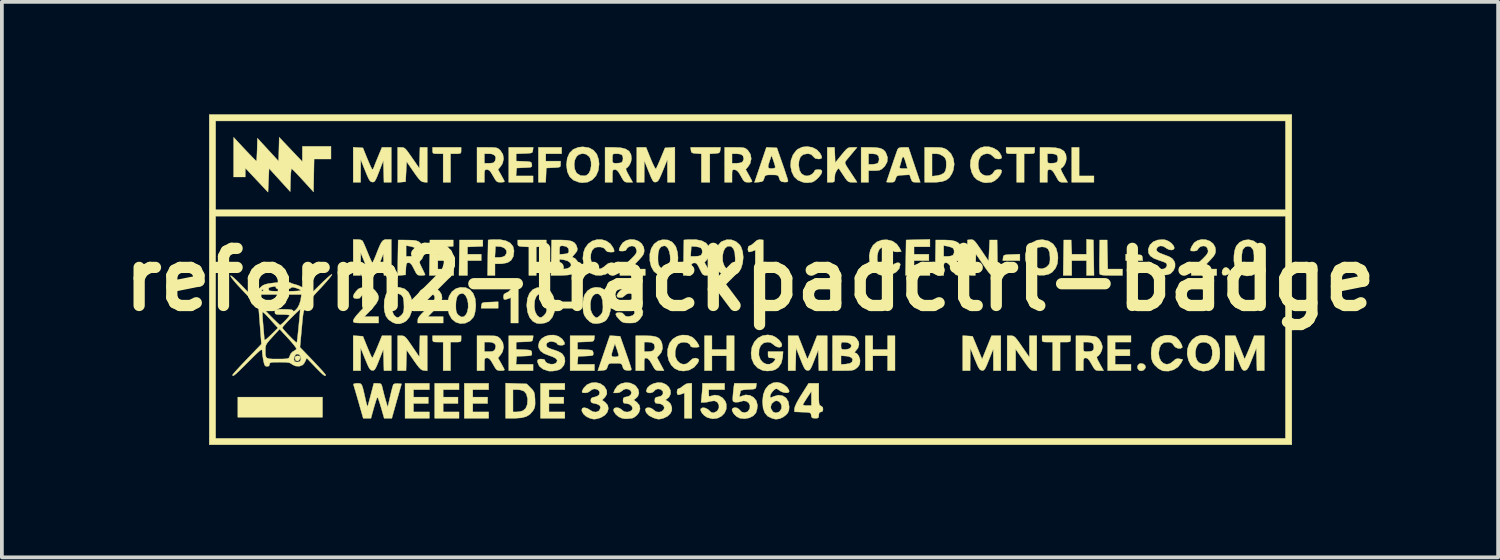
<source format=kicad_pcb>
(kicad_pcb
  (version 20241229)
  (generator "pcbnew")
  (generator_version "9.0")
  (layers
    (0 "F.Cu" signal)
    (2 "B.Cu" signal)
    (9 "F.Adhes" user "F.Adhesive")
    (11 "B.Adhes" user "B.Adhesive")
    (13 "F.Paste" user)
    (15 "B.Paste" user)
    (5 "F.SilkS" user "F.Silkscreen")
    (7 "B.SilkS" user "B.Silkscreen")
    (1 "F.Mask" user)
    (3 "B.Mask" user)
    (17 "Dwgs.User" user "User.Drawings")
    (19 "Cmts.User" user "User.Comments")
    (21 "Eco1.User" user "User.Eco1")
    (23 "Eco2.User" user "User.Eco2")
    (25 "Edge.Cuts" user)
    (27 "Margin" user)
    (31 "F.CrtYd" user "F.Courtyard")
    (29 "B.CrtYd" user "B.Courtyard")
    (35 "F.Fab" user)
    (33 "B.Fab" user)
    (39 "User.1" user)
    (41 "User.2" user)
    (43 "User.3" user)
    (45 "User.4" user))
  (footprint "reform2-trackpadctrl-badge"
    (layer "F.Cu")
    (at 16.953 4.408)
    (property "Reference" "reform2-trackpadctrl-badge" (at 0 0 0) (layer "F.SilkS") (effects (font (size 1.524 1.524) (thickness 0.3))))
    (attr through_hole)
    (fp_poly (pts (xy -11.402 3.669) (xy -13.66 3.669) (xy -13.66 3.133) (xy -11.402 3.133) (xy -11.402 3.669)) (stroke (width 0.01) (type solid)) (fill yes) (layer "F.SilkS"))
    (fp_poly (pts (xy -4.628 0.762) (xy -5.052 0.762) (xy -5.052 0.593) (xy -4.628 0.593) (xy -4.628 0.762)) (stroke (width 0.01) (type solid)) (fill yes) (layer "F.SilkS"))
    (fp_poly (pts (xy 8.777 -2.766) (xy 9.172 -2.766) (xy 9.172 -2.596) (xy 8.58 -2.596) (xy 8.58 -3.528) (xy 8.777 -3.528) (xy 8.777 -2.766)) (stroke (width 0.01) (type solid)) (fill yes) (layer "F.SilkS"))
    (fp_poly (pts (xy -6.717 0.762) (xy -7.172 0.762) (xy -7.163 0.684) (xy -7.156 0.645) (xy -7.139 0.622) (xy -7.098 0.609) (xy -7.022 0.602) (xy -6.936 0.599) (xy -6.717 0.59) (xy -6.717 0.762)) (stroke (width 0.01) (type solid)) (fill yes) (layer "F.SilkS"))
    (fp_poly (pts (xy 7.197 -0.508) (xy 6.741 -0.508) (xy 6.75 -0.586) (xy 6.757 -0.625) (xy 6.775 -0.648) (xy 6.816 -0.661) (xy 6.891 -0.668) (xy 6.978 -0.671) (xy 7.197 -0.68) (xy 7.197 -0.508)) (stroke (width 0.01) (type solid)) (fill yes) (layer "F.SilkS"))
    (fp_poly (pts (xy 10.238 -0.671) (xy 10.348 -0.666) (xy 10.413 -0.659) (xy 10.447 -0.644) (xy 10.461 -0.616) (xy 10.465 -0.586) (xy 10.474 -0.508) (xy 10.019 -0.508) (xy 10.019 -0.68) (xy 10.238 -0.671)) (stroke (width 0.01) (type solid)) (fill yes) (layer "F.SilkS"))
    (fp_poly (pts (xy -12.01 2.041) (xy -11.998 2.078) (xy -12 2.095) (xy -12.026 2.148) (xy -12.073 2.171) (xy -12.116 2.155) (xy -12.133 2.113) (xy -12.136 2.084) (xy -12.117 2.043) (xy -12.063 2.032) (xy -12.01 2.041)) (stroke (width 0.01) (type solid)) (fill yes) (layer "F.SilkS"))
    (fp_poly (pts (xy -7.126 -0.889) (xy -7.535 -0.872) (xy -7.535 -0.677) (xy -7.168 -0.677) (xy -7.168 -0.508) (xy -7.535 -0.508) (xy -7.535 -0.113) (xy -7.762 -0.113) (xy -7.747 -1.058) (xy -7.126 -1.058) (xy -7.126 -0.889)) (stroke (width 0.01) (type solid)) (fill yes) (layer "F.SilkS"))
    (fp_poly (pts (xy 10.488 2.246) (xy 10.537 2.287) (xy 10.549 2.343) (xy 10.546 2.354) (xy 10.5 2.412) (xy 10.434 2.435) (xy 10.373 2.417) (xy 10.334 2.361) (xy 10.336 2.298) (xy 10.376 2.249) (xy 10.416 2.235) (xy 10.488 2.246)) (stroke (width 0.01) (type solid)) (fill yes) (layer "F.SilkS"))
    (fp_poly (pts (xy -8.551 2.935) (xy -8.975 2.935) (xy -8.975 3.133) (xy -8.58 3.133) (xy -8.58 3.302) (xy -8.975 3.302) (xy -8.975 3.528) (xy -8.551 3.528) (xy -8.551 3.697) (xy -9.2 3.697) (xy -9.2 2.766) (xy -8.551 2.766) (xy -8.551 2.935)) (stroke (width 0.01) (type solid)) (fill yes) (layer "F.SilkS"))
    (fp_poly (pts (xy -7.916 -0.889) (xy -8.326 -0.872) (xy -8.326 -0.677) (xy -7.93 -0.677) (xy -7.93 -0.508) (xy -8.326 -0.508) (xy -8.326 -0.282) (xy -7.902 -0.282) (xy -7.902 -0.113) (xy -8.553 -0.113) (xy -8.537 -1.058) (xy -7.916 -1.058) (xy -7.916 -0.889)) (stroke (width 0.01) (type solid)) (fill yes) (layer "F.SilkS"))
    (fp_poly (pts (xy -7.761 2.935) (xy -8.184 2.935) (xy -8.184 3.133) (xy -7.789 3.133) (xy -7.789 3.302) (xy -8.184 3.302) (xy -8.184 3.528) (xy -7.761 3.528) (xy -7.761 3.697) (xy -8.41 3.697) (xy -8.41 2.766) (xy -7.761 2.766) (xy -7.761 2.935)) (stroke (width 0.01) (type solid)) (fill yes) (layer "F.SilkS"))
    (fp_poly (pts (xy -6.971 2.935) (xy -7.394 2.935) (xy -7.394 3.133) (xy -6.999 3.133) (xy -6.999 3.302) (xy -7.394 3.302) (xy -7.394 3.528) (xy -6.971 3.528) (xy -6.971 3.697) (xy -7.62 3.697) (xy -7.62 2.766) (xy -6.971 2.766) (xy -6.971 2.935)) (stroke (width 0.01) (type solid)) (fill yes) (layer "F.SilkS"))
    (fp_poly (pts (xy -4.939 2.935) (xy -5.362 2.935) (xy -5.362 3.133) (xy -4.967 3.133) (xy -4.967 3.302) (xy -5.362 3.302) (xy -5.362 3.528) (xy -4.939 3.528) (xy -4.939 3.697) (xy -5.588 3.697) (xy -5.588 2.766) (xy -4.939 2.766) (xy -4.939 2.935)) (stroke (width 0.01) (type solid)) (fill yes) (layer "F.SilkS"))
    (fp_poly (pts (xy -1.016 1.863) (xy -0.621 1.863) (xy -0.621 1.496) (xy -0.423 1.496) (xy -0.423 2.427) (xy -0.621 2.427) (xy -0.621 2.032) (xy -1.016 2.032) (xy -1.016 2.427) (xy -1.214 2.427) (xy -1.214 1.496) (xy -1.016 1.496) (xy -1.016 1.863)) (stroke (width 0.01) (type solid)) (fill yes) (layer "F.SilkS"))
    (fp_poly (pts (xy 3.274 1.863) (xy 3.669 1.863) (xy 3.669 1.496) (xy 3.866 1.496) (xy 3.866 2.427) (xy 3.669 2.427) (xy 3.669 2.032) (xy 3.274 2.032) (xy 3.274 2.427) (xy 3.076 2.427) (xy 3.076 1.496) (xy 3.274 1.496) (xy 3.274 1.863)) (stroke (width 0.01) (type solid)) (fill yes) (layer "F.SilkS"))
    (fp_poly (pts (xy 4.798 -0.875) (xy 4.374 -0.875) (xy 4.374 -0.677) (xy 4.77 -0.677) (xy 4.77 -0.508) (xy 4.374 -0.508) (xy 4.374 -0.282) (xy 4.798 -0.282) (xy 4.798 -0.113) (xy 4.147 -0.113) (xy 4.163 -1.058) (xy 4.798 -1.074) (xy 4.798 -0.875)) (stroke (width 0.01) (type solid)) (fill yes) (layer "F.SilkS"))
    (fp_poly (pts (xy 9.158 -1.058) (xy 9.174 -0.113) (xy 8.975 -0.113) (xy 8.975 -0.508) (xy 8.58 -0.508) (xy 8.58 -0.113) (xy 8.352 -0.113) (xy 8.368 -1.058) (xy 8.565 -1.058) (xy 8.582 -0.677) (xy 8.975 -0.677) (xy 8.975 -1.076) (xy 9.158 -1.058)) (stroke (width 0.01) (type solid)) (fill yes) (layer "F.SilkS"))
    (fp_poly (pts (xy 10.16 1.665) (xy 9.737 1.665) (xy 9.737 1.863) (xy 10.132 1.863) (xy 10.132 2.032) (xy 9.737 2.032) (xy 9.737 2.258) (xy 10.16 2.258) (xy 10.16 2.427) (xy 9.539 2.427) (xy 9.539 1.496) (xy 10.16 1.496) (xy 10.16 1.665)) (stroke (width 0.01) (type solid)) (fill yes) (layer "F.SilkS"))
    (fp_poly (pts (xy 12.745 -0.305) (xy 12.767 -0.285) (xy 12.806 -0.233) (xy 12.802 -0.188) (xy 12.796 -0.176) (xy 12.748 -0.138) (xy 12.681 -0.117) (xy 12.622 -0.121) (xy 12.607 -0.13) (xy 12.586 -0.186) (xy 12.599 -0.254) (xy 12.639 -0.307) (xy 12.647 -0.312) (xy 12.698 -0.328) (xy 12.745 -0.305)) (stroke (width 0.01) (type solid)) (fill yes) (layer "F.SilkS"))
    (fp_poly (pts (xy -5.024 -3.358) (xy -5.447 -3.358) (xy -5.447 -3.161) (xy -5.052 -3.161) (xy -5.052 -3.078) (xy -5.054 -3.033) (xy -5.069 -3.008) (xy -5.108 -2.995) (xy -5.186 -2.988) (xy -5.242 -2.986) (xy -5.433 -2.977) (xy -5.449 -2.596) (xy -5.644 -2.596) (xy -5.644 -3.528) (xy -5.024 -3.528) (xy -5.024 -3.358)) (stroke (width 0.01) (type solid)) (fill yes) (layer "F.SilkS"))
    (fp_poly (pts (xy -7.705 -3.443) (xy -7.708 -3.393) (xy -7.727 -3.368) (xy -7.776 -3.359) (xy -7.846 -3.358) (xy -7.987 -3.358) (xy -7.987 -2.596) (xy -8.184 -2.596) (xy -8.184 -3.358) (xy -8.326 -3.358) (xy -8.409 -3.36) (xy -8.451 -3.372) (xy -8.465 -3.401) (xy -8.467 -3.443) (xy -8.467 -3.528) (xy -7.705 -3.528) (xy -7.705 -3.443)) (stroke (width 0.01) (type solid)) (fill yes) (layer "F.SilkS"))
    (fp_poly (pts (xy -7.705 1.58) (xy -7.708 1.631) (xy -7.727 1.656) (xy -7.776 1.664) (xy -7.846 1.665) (xy -7.987 1.665) (xy -7.987 2.427) (xy -8.184 2.427) (xy -8.184 1.665) (xy -8.326 1.665) (xy -8.409 1.663) (xy -8.451 1.652) (xy -8.465 1.622) (xy -8.467 1.58) (xy -8.467 1.496) (xy -7.705 1.496) (xy -7.705 1.58)) (stroke (width 0.01) (type solid)) (fill yes) (layer "F.SilkS"))
    (fp_poly (pts (xy -6.181 1.157) (xy -6.378 1.157) (xy -6.378 0.481) (xy -6.451 0.509) (xy -6.526 0.532) (xy -6.563 0.524) (xy -6.575 0.48) (xy -6.576 0.455) (xy -6.563 0.39) (xy -6.517 0.359) (xy -6.506 0.355) (xy -6.438 0.319) (xy -6.389 0.268) (xy -6.323 0.209) (xy -6.262 0.198) (xy -6.181 0.198) (xy -6.181 1.157)) (stroke (width 0.01) (type solid)) (fill yes) (layer "F.SilkS"))
    (fp_poly (pts (xy -5.433 -0.974) (xy -5.437 -0.922) (xy -5.458 -0.896) (xy -5.512 -0.885) (xy -5.567 -0.88) (xy -5.701 -0.872) (xy -5.701 -0.113) (xy -5.898 -0.113) (xy -5.898 -0.872) (xy -6.047 -0.88) (xy -6.133 -0.887) (xy -6.177 -0.901) (xy -6.193 -0.93) (xy -6.195 -0.974) (xy -6.195 -1.058) (xy -5.433 -1.058) (xy -5.433 -0.974)) (stroke (width 0.01) (type solid)) (fill yes) (layer "F.SilkS"))
    (fp_poly (pts (xy -1.552 3.697) (xy -1.75 3.697) (xy -1.75 3.021) (xy -1.822 3.049) (xy -1.897 3.072) (xy -1.935 3.064) (xy -1.947 3.018) (xy -1.947 2.992) (xy -1.935 2.925) (xy -1.904 2.907) (xy -1.855 2.888) (xy -1.796 2.842) (xy -1.79 2.836) (xy -1.703 2.78) (xy -1.636 2.766) (xy -1.552 2.766) (xy -1.552 3.697)) (stroke (width 0.01) (type solid)) (fill yes) (layer "F.SilkS"))
    (fp_poly (pts (xy -0.795 -3.45) (xy -0.806 -3.403) (xy -0.835 -3.378) (xy -0.897 -3.367) (xy -0.938 -3.364) (xy -1.072 -3.355) (xy -1.072 -2.596) (xy -1.298 -2.596) (xy -1.298 -3.355) (xy -1.432 -3.364) (xy -1.514 -3.372) (xy -1.555 -3.39) (xy -1.572 -3.426) (xy -1.575 -3.45) (xy -1.584 -3.528) (xy -0.786 -3.528) (xy -0.795 -3.45)) (stroke (width 0.01) (type solid)) (fill yes) (layer "F.SilkS"))
    (fp_poly (pts (xy 7.592 -3.443) (xy 7.589 -3.393) (xy 7.57 -3.368) (xy 7.52 -3.359) (xy 7.451 -3.358) (xy 7.31 -3.358) (xy 7.31 -2.596) (xy 7.112 -2.596) (xy 7.112 -3.358) (xy 6.971 -3.358) (xy 6.887 -3.36) (xy 6.846 -3.372) (xy 6.831 -3.401) (xy 6.83 -3.443) (xy 6.83 -3.528) (xy 7.592 -3.528) (xy 7.592 -3.443)) (stroke (width 0.01) (type solid)) (fill yes) (layer "F.SilkS"))
    (fp_poly (pts (xy 8.551 1.58) (xy 8.548 1.631) (xy 8.529 1.656) (xy 8.48 1.664) (xy 8.41 1.665) (xy 8.269 1.665) (xy 8.269 2.427) (xy 8.072 2.427) (xy 8.072 1.665) (xy 7.93 1.665) (xy 7.847 1.663) (xy 7.805 1.652) (xy 7.791 1.622) (xy 7.789 1.58) (xy 7.789 1.496) (xy 8.551 1.496) (xy 8.551 1.58)) (stroke (width 0.01) (type solid)) (fill yes) (layer "F.SilkS"))
    (fp_poly (pts (xy 9.533 -0.67) (xy 9.541 -0.282) (xy 9.934 -0.282) (xy 9.934 -0.113) (xy 9.637 -0.113) (xy 9.491 -0.115) (xy 9.395 -0.122) (xy 9.342 -0.135) (xy 9.326 -0.149) (xy 9.321 -0.189) (xy 9.319 -0.275) (xy 9.318 -0.395) (xy 9.318 -0.54) (xy 9.32 -0.622) (xy 9.327 -1.058) (xy 9.525 -1.058) (xy 9.533 -0.67)) (stroke (width 0.01) (type solid)) (fill yes) (layer "F.SilkS"))
    (fp_poly (pts (xy 0.274 -1.067) (xy 0.353 -1.058) (xy 0.353 -0.127) (xy 0.247 -0.118) (xy 0.141 -0.109) (xy 0.141 -0.789) (xy 0.069 -0.761) (xy -0.006 -0.738) (xy -0.044 -0.746) (xy -0.056 -0.792) (xy -0.056 -0.818) (xy -0.045 -0.884) (xy -0.011 -0.903) (xy 0.035 -0.923) (xy 0.096 -0.971) (xy 0.115 -0.99) (xy 0.187 -1.051) (xy 0.255 -1.069) (xy 0.274 -1.067)) (stroke (width 0.01) (type solid)) (fill yes) (layer "F.SilkS"))
    (fp_poly (pts (xy 14.45 4.403) (xy -14.422 4.403) (xy -14.422 -1.693) (xy -14.252 -1.693) (xy -14.252 4.233) (xy 14.28 4.233) (xy 14.28 -1.693) (xy -14.252 -1.693) (xy -14.422 -1.693) (xy -14.422 -4.233) (xy -14.252 -4.233) (xy -14.252 -1.863) (xy 14.28 -1.863) (xy 14.28 -4.233) (xy -14.252 -4.233) (xy -14.422 -4.233) (xy -14.422 -4.403) (xy 14.45 -4.403) (xy 14.45 4.403)) (stroke (width 0.01) (type solid)) (fill yes) (layer "F.SilkS"))
    (fp_poly (pts (xy 6.999 1.499) (xy 7.036 1.512) (xy 7.075 1.544) (xy 7.124 1.602) (xy 7.191 1.694) (xy 7.252 1.783) (xy 7.451 2.069) (xy 7.451 1.496) (xy 7.648 1.496) (xy 7.648 2.427) (xy 7.565 2.427) (xy 7.527 2.422) (xy 7.49 2.403) (xy 7.446 2.361) (xy 7.389 2.289) (xy 7.311 2.179) (xy 7.283 2.139) (xy 7.084 1.852) (xy 7.084 2.427) (xy 6.858 2.427) (xy 6.858 1.496) (xy 6.956 1.496) (xy 6.999 1.499)) (stroke (width 0.01) (type solid)) (fill yes) (layer "F.SilkS"))
    (fp_poly (pts (xy -9.257 1.499) (xy -9.22 1.512) (xy -9.182 1.545) (xy -9.133 1.603) (xy -9.067 1.697) (xy -9.011 1.779) (xy -8.819 2.061) (xy -8.811 1.779) (xy -8.803 1.496) (xy -8.608 1.496) (xy -8.608 2.431) (xy -8.698 2.422) (xy -8.741 2.412) (xy -8.782 2.388) (xy -8.829 2.34) (xy -8.89 2.262) (xy -8.973 2.145) (xy -9.158 1.877) (xy -9.166 2.152) (xy -9.174 2.427) (xy -9.398 2.427) (xy -9.398 1.496) (xy -9.3 1.496) (xy -9.257 1.499)) (stroke (width 0.01) (type solid)) (fill yes) (layer "F.SilkS"))
    (fp_poly (pts (xy -9.258 -3.525) (xy -9.221 -3.511) (xy -9.181 -3.478) (xy -9.132 -3.418) (xy -9.065 -3.324) (xy -9.012 -3.248) (xy -8.819 -2.968) (xy -8.811 -3.248) (xy -8.803 -3.528) (xy -8.608 -3.528) (xy -8.608 -2.593) (xy -8.698 -2.602) (xy -8.741 -2.611) (xy -8.782 -2.636) (xy -8.829 -2.683) (xy -8.89 -2.762) (xy -8.973 -2.879) (xy -9.158 -3.147) (xy -9.172 -2.879) (xy -9.186 -2.611) (xy -9.292 -2.602) (xy -9.398 -2.593) (xy -9.398 -3.528) (xy -9.301 -3.528) (xy -9.258 -3.525)) (stroke (width 0.01) (type solid)) (fill yes) (layer "F.SilkS"))
    (fp_poly (pts (xy -5.791 -3.45) (xy -5.798 -3.411) (xy -5.815 -3.387) (xy -5.856 -3.375) (xy -5.932 -3.368) (xy -6.018 -3.364) (xy -6.237 -3.356) (xy -6.237 -3.163) (xy -6.032 -3.155) (xy -5.927 -3.15) (xy -5.865 -3.141) (xy -5.834 -3.124) (xy -5.822 -3.094) (xy -5.819 -3.07) (xy -5.817 -3.031) (xy -5.828 -3.008) (xy -5.865 -2.995) (xy -5.94 -2.989) (xy -6.017 -2.986) (xy -6.223 -2.977) (xy -6.241 -2.766) (xy -5.786 -2.766) (xy -5.786 -2.596) (xy -6.435 -2.596) (xy -6.435 -3.528) (xy -5.782 -3.528) (xy -5.791 -3.45)) (stroke (width 0.01) (type solid)) (fill yes) (layer "F.SilkS"))
    (fp_poly (pts (xy 5.936 1.51) (xy 6.063 1.816) (xy 6.19 2.122) (xy 6.441 1.496) (xy 6.689 1.496) (xy 6.689 2.427) (xy 6.491 2.427) (xy 6.49 2.138) (xy 6.488 1.849) (xy 6.371 2.139) (xy 6.32 2.266) (xy 6.282 2.349) (xy 6.252 2.397) (xy 6.225 2.419) (xy 6.195 2.422) (xy 6.184 2.421) (xy 6.15 2.411) (xy 6.119 2.384) (xy 6.086 2.331) (xy 6.045 2.242) (xy 5.993 2.117) (xy 5.873 1.82) (xy 5.872 2.124) (xy 5.87 2.427) (xy 5.673 2.427) (xy 5.673 1.493) (xy 5.936 1.51)) (stroke (width 0.01) (type solid)) (fill yes) (layer "F.SilkS"))
    (fp_poly (pts (xy -5.791 1.573) (xy -5.798 1.612) (xy -5.815 1.636) (xy -5.856 1.649) (xy -5.932 1.656) (xy -6.018 1.659) (xy -6.237 1.667) (xy -6.237 1.86) (xy -6.032 1.868) (xy -5.927 1.874) (xy -5.865 1.882) (xy -5.834 1.899) (xy -5.822 1.93) (xy -5.819 1.953) (xy -5.817 1.992) (xy -5.828 2.016) (xy -5.865 2.028) (xy -5.94 2.034) (xy -6.017 2.038) (xy -6.223 2.046) (xy -6.232 2.152) (xy -6.241 2.258) (xy -5.786 2.258) (xy -5.786 2.427) (xy -6.435 2.427) (xy -6.435 1.496) (xy -5.782 1.496) (xy -5.791 1.573)) (stroke (width 0.01) (type solid)) (fill yes) (layer "F.SilkS"))
    (fp_poly (pts (xy -4.154 1.573) (xy -4.161 1.612) (xy -4.178 1.636) (xy -4.219 1.649) (xy -4.295 1.656) (xy -4.381 1.659) (xy -4.6 1.667) (xy -4.6 1.86) (xy -4.396 1.868) (xy -4.29 1.874) (xy -4.228 1.882) (xy -4.198 1.899) (xy -4.185 1.93) (xy -4.182 1.953) (xy -4.18 1.992) (xy -4.191 2.016) (xy -4.229 2.028) (xy -4.303 2.034) (xy -4.38 2.038) (xy -4.586 2.046) (xy -4.595 2.152) (xy -4.604 2.258) (xy -4.149 2.258) (xy -4.149 2.427) (xy -4.798 2.427) (xy -4.798 1.496) (xy -4.145 1.496) (xy -4.154 1.573)) (stroke (width 0.01) (type solid)) (fill yes) (layer "F.SilkS"))
    (fp_poly (pts (xy 5.957 -1.055) (xy 5.995 -1.023) (xy 6.043 -0.964) (xy 6.11 -0.869) (xy 6.168 -0.785) (xy 6.364 -0.494) (xy 6.392 -1.058) (xy 6.59 -1.058) (xy 6.605 -0.113) (xy 6.51 -0.113) (xy 6.468 -0.116) (xy 6.431 -0.13) (xy 6.392 -0.163) (xy 6.342 -0.224) (xy 6.275 -0.318) (xy 6.22 -0.398) (xy 6.025 -0.683) (xy 6.009 -0.113) (xy 5.911 -0.113) (xy 5.841 -0.122) (xy 5.8 -0.146) (xy 5.798 -0.149) (xy 5.794 -0.189) (xy 5.791 -0.275) (xy 5.79 -0.395) (xy 5.791 -0.54) (xy 5.792 -0.622) (xy 5.8 -1.058) (xy 5.885 -1.067) (xy 5.923 -1.067) (xy 5.957 -1.055)) (stroke (width 0.01) (type solid)) (fill yes) (layer "F.SilkS"))
    (fp_poly (pts (xy 13.068 1.809) (xy 13.191 2.122) (xy 13.251 1.985) (xy 13.295 1.882) (xy 13.346 1.757) (xy 13.379 1.672) (xy 13.448 1.496) (xy 13.716 1.496) (xy 13.716 2.427) (xy 13.52 2.427) (xy 13.512 2.124) (xy 13.504 1.822) (xy 13.388 2.117) (xy 13.335 2.248) (xy 13.296 2.335) (xy 13.263 2.386) (xy 13.233 2.412) (xy 13.201 2.422) (xy 13.167 2.422) (xy 13.14 2.406) (xy 13.111 2.366) (xy 13.077 2.292) (xy 13.029 2.176) (xy 13.021 2.154) (xy 12.912 1.878) (xy 12.904 2.153) (xy 12.896 2.427) (xy 12.672 2.427) (xy 12.672 1.496) (xy 12.945 1.496) (xy 13.068 1.809)) (stroke (width 0.01) (type solid)) (fill yes) (layer "F.SilkS"))
    (fp_poly (pts (xy -6.514 -1.038) (xy -6.395 -0.977) (xy -6.321 -0.887) (xy -6.294 -0.77) (xy -6.294 -0.763) (xy -6.312 -0.62) (xy -6.37 -0.518) (xy -6.467 -0.453) (xy -6.608 -0.425) (xy -6.662 -0.423) (xy -6.802 -0.423) (xy -6.802 -0.113) (xy -7 -0.113) (xy -6.993 -0.593) (xy -6.805 -0.593) (xy -6.692 -0.593) (xy -6.603 -0.604) (xy -6.54 -0.633) (xy -6.535 -0.637) (xy -6.492 -0.71) (xy -6.498 -0.782) (xy -6.548 -0.841) (xy -6.634 -0.877) (xy -6.675 -0.882) (xy -6.787 -0.889) (xy -6.796 -0.741) (xy -6.805 -0.593) (xy -6.993 -0.593) (xy -6.985 -1.058) (xy -6.872 -1.068) (xy -6.674 -1.069) (xy -6.514 -1.038)) (stroke (width 0.01) (type solid)) (fill yes) (layer "F.SilkS"))
    (fp_poly (pts (xy -2.004 -2.596) (xy -2.201 -2.596) (xy -2.204 -3.203) (xy -2.324 -2.907) (xy -2.378 -2.776) (xy -2.419 -2.689) (xy -2.452 -2.637) (xy -2.483 -2.611) (xy -2.515 -2.602) (xy -2.548 -2.602) (xy -2.575 -2.617) (xy -2.603 -2.656) (xy -2.638 -2.728) (xy -2.685 -2.841) (xy -2.703 -2.884) (xy -2.819 -3.175) (xy -2.822 -2.596) (xy -3.02 -2.596) (xy -3.02 -3.528) (xy -2.772 -3.528) (xy -2.652 -3.23) (xy -2.603 -3.114) (xy -2.56 -3.024) (xy -2.527 -2.967) (xy -2.51 -2.954) (xy -2.491 -2.989) (xy -2.456 -3.063) (xy -2.411 -3.166) (xy -2.378 -3.246) (xy -2.267 -3.514) (xy -2.135 -3.522) (xy -2.004 -3.531) (xy -2.004 -2.596)) (stroke (width 0.01) (type solid)) (fill yes) (layer "F.SilkS"))
    (fp_poly (pts (xy 2.06 2.427) (xy 1.836 2.427) (xy 1.828 2.153) (xy 1.82 1.878) (xy 1.711 2.154) (xy 1.662 2.278) (xy 1.625 2.357) (xy 1.596 2.402) (xy 1.569 2.42) (xy 1.537 2.422) (xy 1.531 2.422) (xy 1.498 2.412) (xy 1.467 2.385) (xy 1.435 2.332) (xy 1.395 2.243) (xy 1.344 2.117) (xy 1.228 1.822) (xy 1.22 2.124) (xy 1.212 2.427) (xy 1.016 2.427) (xy 1.016 1.496) (xy 1.15 1.496) (xy 1.284 1.496) (xy 1.408 1.809) (xy 1.531 2.121) (xy 1.579 2.013) (xy 1.614 1.932) (xy 1.659 1.822) (xy 1.705 1.705) (xy 1.707 1.7) (xy 1.787 1.496) (xy 2.06 1.496) (xy 2.06 2.427)) (stroke (width 0.01) (type solid)) (fill yes) (layer "F.SilkS"))
    (fp_poly (pts (xy -10.324 -3.514) (xy -10.207 -3.225) (xy -10.158 -3.109) (xy -10.116 -3.015) (xy -10.085 -2.954) (xy -10.071 -2.935) (xy -10.05 -2.959) (xy -10.025 -3.013) (xy -10.002 -3.075) (xy -9.964 -3.171) (xy -9.918 -3.283) (xy -9.907 -3.309) (xy -9.816 -3.528) (xy -9.567 -3.528) (xy -9.567 -2.596) (xy -9.763 -2.596) (xy -9.779 -3.175) (xy -9.892 -2.885) (xy -9.942 -2.757) (xy -9.979 -2.674) (xy -10.008 -2.627) (xy -10.035 -2.605) (xy -10.065 -2.602) (xy -10.075 -2.602) (xy -10.109 -2.612) (xy -10.139 -2.639) (xy -10.172 -2.693) (xy -10.213 -2.782) (xy -10.264 -2.907) (xy -10.383 -3.203) (xy -10.386 -2.596) (xy -10.583 -2.596) (xy -10.583 -3.531) (xy -10.324 -3.514)) (stroke (width 0.01) (type solid)) (fill yes) (layer "F.SilkS"))
    (fp_poly (pts (xy -10.324 1.51) (xy -10.207 1.799) (xy -10.158 1.915) (xy -10.117 2.009) (xy -10.087 2.07) (xy -10.074 2.088) (xy -10.058 2.064) (xy -10.026 1.997) (xy -9.982 1.9) (xy -9.937 1.792) (xy -9.815 1.496) (xy -9.567 1.496) (xy -9.567 2.427) (xy -9.763 2.427) (xy -9.771 2.143) (xy -9.779 1.859) (xy -9.892 2.144) (xy -9.943 2.27) (xy -9.98 2.351) (xy -10.009 2.398) (xy -10.036 2.418) (xy -10.067 2.422) (xy -10.075 2.421) (xy -10.109 2.411) (xy -10.139 2.384) (xy -10.172 2.331) (xy -10.213 2.242) (xy -10.265 2.117) (xy -10.385 1.82) (xy -10.385 2.124) (xy -10.386 2.427) (xy -10.583 2.427) (xy -10.583 1.493) (xy -10.324 1.51)) (stroke (width 0.01) (type solid)) (fill yes) (layer "F.SilkS"))
    (fp_poly (pts (xy 3.356 -3.523) (xy 3.466 -3.506) (xy 3.543 -3.474) (xy 3.599 -3.422) (xy 3.622 -3.387) (xy 3.668 -3.261) (xy 3.658 -3.139) (xy 3.594 -3.025) (xy 3.573 -3.003) (xy 3.51 -2.946) (xy 3.452 -2.918) (xy 3.375 -2.908) (xy 3.319 -2.907) (xy 3.161 -2.907) (xy 3.161 -2.596) (xy 2.963 -2.596) (xy 2.963 -3.358) (xy 3.161 -3.358) (xy 3.161 -3.076) (xy 3.268 -3.076) (xy 3.347 -3.085) (xy 3.404 -3.105) (xy 3.409 -3.11) (xy 3.435 -3.163) (xy 3.443 -3.217) (xy 3.426 -3.298) (xy 3.371 -3.344) (xy 3.272 -3.358) (xy 3.268 -3.358) (xy 3.161 -3.358) (xy 2.963 -3.358) (xy 2.963 -3.528) (xy 3.202 -3.528) (xy 3.356 -3.523)) (stroke (width 0.01) (type solid)) (fill yes) (layer "F.SilkS"))
    (fp_poly (pts (xy -6.238 2.77) (xy -5.956 2.78) (xy -5.85 2.886) (xy -5.795 2.945) (xy -5.762 2.997) (xy -5.745 3.061) (xy -5.736 3.156) (xy -5.734 3.196) (xy -5.731 3.31) (xy -5.739 3.387) (xy -5.76 3.448) (xy -5.791 3.5) (xy -5.87 3.591) (xy -5.967 3.651) (xy -6.095 3.685) (xy -6.264 3.697) (xy -6.287 3.697) (xy -6.519 3.697) (xy -6.519 2.935) (xy -6.322 2.935) (xy -6.322 3.528) (xy -6.224 3.528) (xy -6.134 3.518) (xy -6.057 3.496) (xy -5.982 3.432) (xy -5.94 3.328) (xy -5.932 3.192) (xy -5.934 3.169) (xy -5.965 3.049) (xy -6.027 2.975) (xy -6.128 2.94) (xy -6.198 2.935) (xy -6.322 2.935) (xy -6.519 2.935) (xy -6.519 2.76) (xy -6.238 2.77)) (stroke (width 0.01) (type solid)) (fill yes) (layer "F.SilkS"))
    (fp_poly (pts (xy 5.035 -3.526) (xy 5.123 -3.517) (xy 5.187 -3.499) (xy 5.244 -3.469) (xy 5.252 -3.464) (xy 5.359 -3.361) (xy 5.424 -3.228) (xy 5.446 -3.077) (xy 5.422 -2.92) (xy 5.383 -2.823) (xy 5.318 -2.723) (xy 5.235 -2.656) (xy 5.124 -2.616) (xy 4.975 -2.598) (xy 4.89 -2.596) (xy 4.657 -2.596) (xy 4.657 -3.358) (xy 4.854 -3.358) (xy 4.854 -2.758) (xy 4.984 -2.773) (xy 5.093 -2.799) (xy 5.171 -2.844) (xy 5.173 -2.847) (xy 5.211 -2.901) (xy 5.229 -2.978) (xy 5.234 -3.064) (xy 5.231 -3.16) (xy 5.216 -3.221) (xy 5.181 -3.268) (xy 5.156 -3.29) (xy 5.054 -3.347) (xy 4.966 -3.358) (xy 4.854 -3.358) (xy 4.657 -3.358) (xy 4.657 -3.528) (xy 4.906 -3.528) (xy 5.035 -3.526)) (stroke (width 0.01) (type solid)) (fill yes) (layer "F.SilkS"))
    (fp_poly (pts (xy -8.471 0.207) (xy -8.366 0.244) (xy -8.281 0.308) (xy -8.226 0.399) (xy -8.213 0.483) (xy -8.223 0.549) (xy -8.258 0.62) (xy -8.324 0.707) (xy -8.428 0.82) (xy -8.434 0.826) (xy -8.592 0.988) (xy -8.184 0.988) (xy -8.184 1.157) (xy -8.862 1.157) (xy -8.862 1.079) (xy -8.853 1.034) (xy -8.82 0.98) (xy -8.757 0.908) (xy -8.658 0.81) (xy -8.636 0.79) (xy -8.518 0.671) (xy -8.443 0.579) (xy -8.409 0.506) (xy -8.412 0.446) (xy -8.444 0.401) (xy -8.512 0.367) (xy -8.59 0.372) (xy -8.653 0.412) (xy -8.669 0.437) (xy -8.708 0.489) (xy -8.773 0.507) (xy -8.796 0.508) (xy -8.859 0.506) (xy -8.884 0.491) (xy -8.877 0.449) (xy -8.85 0.382) (xy -8.785 0.287) (xy -8.692 0.227) (xy -8.584 0.201) (xy -8.471 0.207)) (stroke (width 0.01) (type solid)) (fill yes) (layer "F.SilkS"))
    (fp_poly (pts (xy -3.079 -1.065) (xy -2.975 -1.027) (xy -2.89 -0.961) (xy -2.835 -0.867) (xy -2.822 -0.782) (xy -2.827 -0.725) (xy -2.844 -0.674) (xy -2.883 -0.616) (xy -2.951 -0.539) (xy -3.01 -0.477) (xy -3.198 -0.282) (xy -2.794 -0.282) (xy -2.794 -0.113) (xy -3.471 -0.113) (xy -3.471 -0.19) (xy -3.462 -0.236) (xy -3.429 -0.291) (xy -3.365 -0.363) (xy -3.266 -0.461) (xy -3.243 -0.482) (xy -3.141 -0.58) (xy -3.075 -0.65) (xy -3.039 -0.701) (xy -3.024 -0.743) (xy -3.024 -0.775) (xy -3.046 -0.844) (xy -3.079 -0.883) (xy -3.148 -0.9) (xy -3.222 -0.882) (xy -3.278 -0.839) (xy -3.288 -0.818) (xy -3.319 -0.777) (xy -3.385 -0.762) (xy -3.403 -0.762) (xy -3.467 -0.764) (xy -3.493 -0.779) (xy -3.487 -0.821) (xy -3.459 -0.888) (xy -3.394 -0.985) (xy -3.3 -1.046) (xy -3.192 -1.072) (xy -3.079 -1.065)) (stroke (width 0.01) (type solid)) (fill yes) (layer "F.SilkS"))
    (fp_poly (pts (xy -2.622 1.502) (xy -2.506 1.524) (xy -2.426 1.565) (xy -2.375 1.631) (xy -2.346 1.708) (xy -2.331 1.833) (xy -2.366 1.939) (xy -2.415 2.004) (xy -2.481 2.074) (xy -2.292 2.427) (xy -2.409 2.427) (xy -2.473 2.424) (xy -2.517 2.409) (xy -2.553 2.369) (xy -2.596 2.293) (xy -2.611 2.265) (xy -2.673 2.161) (xy -2.726 2.106) (xy -2.759 2.094) (xy -2.794 2.093) (xy -2.813 2.111) (xy -2.821 2.16) (xy -2.822 2.253) (xy -2.822 2.427) (xy -3.048 2.427) (xy -3.048 1.665) (xy -2.822 1.665) (xy -2.822 1.919) (xy -2.715 1.919) (xy -2.636 1.911) (xy -2.58 1.89) (xy -2.574 1.885) (xy -2.546 1.83) (xy -2.54 1.792) (xy -2.56 1.718) (xy -2.624 1.676) (xy -2.715 1.665) (xy -2.822 1.665) (xy -3.048 1.665) (xy -3.048 1.496) (xy -2.784 1.496) (xy -2.622 1.502)) (stroke (width 0.01) (type solid)) (fill yes) (layer "F.SilkS"))
    (fp_poly (pts (xy 2.264 -3.323) (xy 2.272 -3.119) (xy 2.437 -3.323) (xy 2.516 -3.419) (xy 2.572 -3.479) (xy 2.617 -3.512) (xy 2.662 -3.525) (xy 2.721 -3.528) (xy 2.729 -3.528) (xy 2.855 -3.528) (xy 2.72 -3.365) (xy 2.649 -3.28) (xy 2.588 -3.207) (xy 2.551 -3.162) (xy 2.549 -3.159) (xy 2.535 -3.13) (xy 2.543 -3.088) (xy 2.577 -3.024) (xy 2.635 -2.934) (xy 2.701 -2.834) (xy 2.762 -2.742) (xy 2.804 -2.678) (xy 2.807 -2.674) (xy 2.857 -2.596) (xy 2.734 -2.597) (xy 2.671 -2.599) (xy 2.626 -2.613) (xy 2.586 -2.646) (xy 2.538 -2.71) (xy 2.487 -2.786) (xy 2.363 -2.974) (xy 2.31 -2.909) (xy 2.269 -2.819) (xy 2.258 -2.72) (xy 2.256 -2.644) (xy 2.24 -2.608) (xy 2.2 -2.597) (xy 2.159 -2.596) (xy 2.06 -2.596) (xy 2.06 -3.528) (xy 2.255 -3.528) (xy 2.264 -3.323)) (stroke (width 0.01) (type solid)) (fill yes) (layer "F.SilkS"))
    (fp_poly (pts (xy 12.161 -1.065) (xy 12.265 -1.027) (xy 12.35 -0.961) (xy 12.405 -0.867) (xy 12.418 -0.782) (xy 12.413 -0.725) (xy 12.396 -0.674) (xy 12.357 -0.616) (xy 12.289 -0.539) (xy 12.23 -0.477) (xy 12.042 -0.282) (xy 12.446 -0.282) (xy 12.446 -0.113) (xy 11.769 -0.113) (xy 11.769 -0.19) (xy 11.778 -0.236) (xy 11.811 -0.291) (xy 11.875 -0.363) (xy 11.974 -0.461) (xy 11.997 -0.482) (xy 12.099 -0.58) (xy 12.165 -0.65) (xy 12.201 -0.701) (xy 12.216 -0.743) (xy 12.216 -0.775) (xy 12.194 -0.844) (xy 12.161 -0.883) (xy 12.092 -0.9) (xy 12.018 -0.882) (xy 11.962 -0.839) (xy 11.952 -0.818) (xy 11.921 -0.777) (xy 11.855 -0.762) (xy 11.837 -0.762) (xy 11.773 -0.764) (xy 11.747 -0.779) (xy 11.753 -0.821) (xy 11.781 -0.888) (xy 11.846 -0.985) (xy 11.94 -1.046) (xy 12.048 -1.072) (xy 12.161 -1.065)) (stroke (width 0.01) (type solid)) (fill yes) (layer "F.SilkS"))
    (fp_poly (pts (xy -7.582 0.213) (xy -7.468 0.268) (xy -7.383 0.367) (xy -7.33 0.504) (xy -7.313 0.677) (xy -7.317 0.748) (xy -7.331 0.856) (xy -7.355 0.95) (xy -7.377 1.001) (xy -7.473 1.103) (xy -7.592 1.161) (xy -7.722 1.173) (xy -7.845 1.137) (xy -7.954 1.049) (xy -8.028 0.918) (xy -8.062 0.765) (xy -8.063 0.679) (xy -7.846 0.679) (xy -7.843 0.789) (xy -7.833 0.859) (xy -7.809 0.909) (xy -7.777 0.946) (xy -7.702 0.995) (xy -7.632 0.989) (xy -7.573 0.93) (xy -7.54 0.858) (xy -7.517 0.744) (xy -7.519 0.625) (xy -7.543 0.516) (xy -7.584 0.428) (xy -7.64 0.376) (xy -7.677 0.367) (xy -7.758 0.389) (xy -7.811 0.455) (xy -7.84 0.569) (xy -7.846 0.679) (xy -8.063 0.679) (xy -8.063 0.589) (xy -8.024 0.438) (xy -7.949 0.319) (xy -7.842 0.239) (xy -7.723 0.205) (xy -7.582 0.213)) (stroke (width 0.01) (type solid)) (fill yes) (layer "F.SilkS"))
    (fp_poly (pts (xy -4.299 -3.519) (xy -4.174 -3.452) (xy -4.085 -3.344) (xy -4.036 -3.197) (xy -4.025 -3.08) (xy -4.046 -2.909) (xy -4.108 -2.769) (xy -4.204 -2.664) (xy -4.329 -2.601) (xy -4.477 -2.584) (xy -4.564 -2.597) (xy -4.708 -2.652) (xy -4.81 -2.746) (xy -4.872 -2.878) (xy -4.895 -3.051) (xy -4.895 -3.062) (xy -4.894 -3.071) (xy -4.689 -3.071) (xy -4.676 -2.953) (xy -4.634 -2.857) (xy -4.616 -2.835) (xy -4.52 -2.776) (xy -4.41 -2.77) (xy -4.362 -2.783) (xy -4.3 -2.834) (xy -4.258 -2.923) (xy -4.237 -3.032) (xy -4.239 -3.144) (xy -4.268 -3.245) (xy -4.292 -3.284) (xy -4.372 -3.345) (xy -4.469 -3.363) (xy -4.564 -3.337) (xy -4.626 -3.284) (xy -4.673 -3.188) (xy -4.689 -3.071) (xy -4.894 -3.071) (xy -4.875 -3.237) (xy -4.815 -3.375) (xy -4.717 -3.473) (xy -4.582 -3.529) (xy -4.459 -3.542) (xy -4.299 -3.519)) (stroke (width 0.01) (type solid)) (fill yes) (layer "F.SilkS"))
    (fp_poly (pts (xy 3.799 -1.028) (xy 3.914 -0.948) (xy 3.987 -0.845) (xy 4.036 -0.748) (xy 3.936 -0.739) (xy 3.855 -0.743) (xy 3.798 -0.779) (xy 3.778 -0.803) (xy 3.703 -0.858) (xy 3.608 -0.877) (xy 3.515 -0.859) (xy 3.458 -0.82) (xy 3.418 -0.743) (xy 3.395 -0.637) (xy 3.393 -0.523) (xy 3.413 -0.427) (xy 3.476 -0.338) (xy 3.563 -0.293) (xy 3.661 -0.293) (xy 3.756 -0.342) (xy 3.782 -0.367) (xy 3.85 -0.422) (xy 3.919 -0.45) (xy 3.976 -0.449) (xy 4.005 -0.417) (xy 4.007 -0.402) (xy 3.978 -0.295) (xy 3.904 -0.207) (xy 3.792 -0.145) (xy 3.651 -0.115) (xy 3.605 -0.113) (xy 3.506 -0.117) (xy 3.438 -0.135) (xy 3.375 -0.176) (xy 3.332 -0.213) (xy 3.253 -0.298) (xy 3.209 -0.39) (xy 3.191 -0.46) (xy 3.178 -0.635) (xy 3.209 -0.789) (xy 3.279 -0.915) (xy 3.383 -1.007) (xy 3.516 -1.057) (xy 3.65 -1.064) (xy 3.799 -1.028)) (stroke (width 0.01) (type solid)) (fill yes) (layer "F.SilkS"))
    (fp_poly (pts (xy 12.161 1.481) (xy 12.303 1.529) (xy 12.417 1.611) (xy 12.49 1.718) (xy 12.525 1.86) (xy 12.531 1.964) (xy 12.524 2.083) (xy 12.5 2.17) (xy 12.467 2.23) (xy 12.356 2.353) (xy 12.227 2.424) (xy 12.085 2.443) (xy 11.957 2.415) (xy 11.838 2.358) (xy 11.757 2.279) (xy 11.697 2.161) (xy 11.695 2.155) (xy 11.658 1.996) (xy 11.662 1.93) (xy 11.877 1.93) (xy 11.884 2.049) (xy 11.922 2.153) (xy 11.967 2.208) (xy 12.058 2.25) (xy 12.157 2.25) (xy 12.241 2.208) (xy 12.248 2.202) (xy 12.303 2.114) (xy 12.329 2.002) (xy 12.327 1.884) (xy 12.297 1.78) (xy 12.247 1.715) (xy 12.162 1.674) (xy 12.065 1.668) (xy 11.98 1.698) (xy 11.954 1.719) (xy 11.9 1.814) (xy 11.877 1.93) (xy 11.662 1.93) (xy 11.666 1.846) (xy 11.713 1.713) (xy 11.793 1.603) (xy 11.898 1.524) (xy 12.023 1.481) (xy 12.161 1.481)) (stroke (width 0.01) (type solid)) (fill yes) (layer "F.SilkS"))
    (fp_poly (pts (xy -10.396 -1.064) (xy -10.343 -1.043) (xy -10.337 -1.037) (xy -10.315 -0.997) (xy -10.278 -0.918) (xy -10.233 -0.811) (xy -10.199 -0.727) (xy -10.152 -0.614) (xy -10.112 -0.523) (xy -10.084 -0.466) (xy -10.073 -0.452) (xy -10.055 -0.476) (xy -10.025 -0.541) (xy -9.986 -0.632) (xy -9.977 -0.656) (xy -9.915 -0.813) (xy -9.867 -0.925) (xy -9.827 -0.999) (xy -9.79 -1.043) (xy -9.75 -1.065) (xy -9.702 -1.072) (xy -9.68 -1.072) (xy -9.567 -1.072) (xy -9.567 -0.113) (xy -9.763 -0.113) (xy -9.771 -0.402) (xy -9.779 -0.691) (xy -9.892 -0.401) (xy -9.942 -0.274) (xy -9.979 -0.191) (xy -10.008 -0.143) (xy -10.035 -0.122) (xy -10.065 -0.118) (xy -10.074 -0.119) (xy -10.107 -0.129) (xy -10.138 -0.158) (xy -10.172 -0.214) (xy -10.214 -0.305) (xy -10.263 -0.423) (xy -10.383 -0.72) (xy -10.384 -0.416) (xy -10.386 -0.113) (xy -10.583 -0.113) (xy -10.583 -1.072) (xy -10.474 -1.072) (xy -10.396 -1.064)) (stroke (width 0.01) (type solid)) (fill yes) (layer "F.SilkS"))
    (fp_poly (pts (xy -10.145 0.214) (xy -10.082 0.227) (xy -10.034 0.257) (xy -9.988 0.304) (xy -9.929 0.385) (xy -9.905 0.463) (xy -9.918 0.546) (xy -9.971 0.642) (xy -10.067 0.759) (xy -10.142 0.84) (xy -10.285 0.988) (xy -9.906 0.988) (xy -9.906 1.157) (xy -10.245 1.157) (xy -10.387 1.157) (xy -10.483 1.154) (xy -10.541 1.148) (xy -10.571 1.136) (xy -10.582 1.118) (xy -10.583 1.095) (xy -10.562 1.044) (xy -10.5 0.96) (xy -10.401 0.849) (xy -10.343 0.789) (xy -10.251 0.691) (xy -10.174 0.604) (xy -10.123 0.539) (xy -10.104 0.503) (xy -10.104 0.503) (xy -10.126 0.431) (xy -10.182 0.385) (xy -10.254 0.37) (xy -10.323 0.389) (xy -10.371 0.445) (xy -10.411 0.493) (xy -10.483 0.508) (xy -10.491 0.508) (xy -10.561 0.493) (xy -10.584 0.45) (xy -10.559 0.38) (xy -10.501 0.304) (xy -10.45 0.252) (xy -10.401 0.225) (xy -10.335 0.214) (xy -10.245 0.212) (xy -10.145 0.214)) (stroke (width 0.01) (type solid)) (fill yes) (layer "F.SilkS"))
    (fp_poly (pts (xy -2.192 -1.058) (xy -2.077 -1.003) (xy -1.991 -0.9) (xy -1.974 -0.866) (xy -1.935 -0.735) (xy -1.92 -0.585) (xy -1.93 -0.438) (xy -1.966 -0.317) (xy -1.969 -0.312) (xy -2.054 -0.196) (xy -2.165 -0.122) (xy -2.29 -0.094) (xy -2.419 -0.117) (xy -2.454 -0.133) (xy -2.564 -0.221) (xy -2.637 -0.352) (xy -2.672 -0.505) (xy -2.672 -0.591) (xy -2.455 -0.591) (xy -2.453 -0.482) (xy -2.442 -0.411) (xy -2.419 -0.361) (xy -2.386 -0.323) (xy -2.332 -0.273) (xy -2.294 -0.257) (xy -2.25 -0.271) (xy -2.229 -0.283) (xy -2.174 -0.338) (xy -2.141 -0.427) (xy -2.127 -0.534) (xy -2.132 -0.648) (xy -2.155 -0.754) (xy -2.193 -0.841) (xy -2.247 -0.893) (xy -2.287 -0.903) (xy -2.367 -0.881) (xy -2.421 -0.815) (xy -2.45 -0.701) (xy -2.455 -0.591) (xy -2.672 -0.591) (xy -2.673 -0.68) (xy -2.634 -0.831) (xy -2.559 -0.95) (xy -2.453 -1.031) (xy -2.335 -1.065) (xy -2.192 -1.058)) (stroke (width 0.01) (type solid)) (fill yes) (layer "F.SilkS"))
    (fp_poly (pts (xy -0.677 2.935) (xy -1.101 2.935) (xy -1.101 3.035) (xy -1.097 3.099) (xy -1.082 3.119) (xy -1.046 3.105) (xy -0.939 3.077) (xy -0.83 3.095) (xy -0.732 3.153) (xy -0.66 3.242) (xy -0.632 3.321) (xy -0.633 3.449) (xy -0.679 3.558) (xy -0.762 3.643) (xy -0.87 3.696) (xy -0.995 3.711) (xy -1.127 3.681) (xy -1.144 3.674) (xy -1.222 3.622) (xy -1.283 3.556) (xy -1.316 3.489) (xy -1.311 3.441) (xy -1.266 3.415) (xy -1.198 3.422) (xy -1.126 3.457) (xy -1.09 3.49) (xy -1.033 3.541) (xy -0.976 3.551) (xy -0.951 3.546) (xy -0.871 3.5) (xy -0.829 3.422) (xy -0.83 3.343) (xy -0.874 3.266) (xy -0.95 3.231) (xy -1.049 3.243) (xy -1.05 3.243) (xy -1.142 3.266) (xy -1.222 3.274) (xy -1.306 3.274) (xy -1.288 3.1) (xy -1.278 2.993) (xy -1.272 2.896) (xy -1.27 2.846) (xy -1.27 2.766) (xy -0.677 2.766) (xy -0.677 2.935)) (stroke (width 0.01) (type solid)) (fill yes) (layer "F.SilkS"))
    (fp_poly (pts (xy 13.422 -1.037) (xy 13.522 -0.97) (xy 13.6 -0.861) (xy 13.645 -0.723) (xy 13.658 -0.571) (xy 13.64 -0.421) (xy 13.59 -0.286) (xy 13.511 -0.181) (xy 13.49 -0.164) (xy 13.377 -0.111) (xy 13.249 -0.097) (xy 13.137 -0.123) (xy 13.033 -0.19) (xy 12.962 -0.288) (xy 12.926 -0.378) (xy 12.905 -0.498) (xy 12.905 -0.512) (xy 13.114 -0.512) (xy 13.131 -0.391) (xy 13.132 -0.387) (xy 13.176 -0.311) (xy 13.244 -0.274) (xy 13.321 -0.279) (xy 13.388 -0.327) (xy 13.407 -0.355) (xy 13.43 -0.432) (xy 13.441 -0.541) (xy 13.44 -0.657) (xy 13.427 -0.759) (xy 13.41 -0.81) (xy 13.351 -0.874) (xy 13.276 -0.893) (xy 13.203 -0.87) (xy 13.147 -0.807) (xy 13.132 -0.768) (xy 13.114 -0.649) (xy 13.114 -0.512) (xy 12.905 -0.512) (xy 12.906 -0.639) (xy 12.926 -0.778) (xy 12.965 -0.889) (xy 12.971 -0.9) (xy 13.057 -0.996) (xy 13.171 -1.051) (xy 13.297 -1.066) (xy 13.422 -1.037)) (stroke (width 0.01) (type solid)) (fill yes) (layer "F.SilkS"))
    (fp_poly (pts (xy -5.429 0.23) (xy -5.35 0.285) (xy -5.329 0.307) (xy -5.254 0.426) (xy -5.211 0.568) (xy -5.2 0.72) (xy -5.219 0.868) (xy -5.269 0.998) (xy -5.349 1.097) (xy -5.374 1.116) (xy -5.471 1.156) (xy -5.589 1.174) (xy -5.687 1.166) (xy -5.794 1.11) (xy -5.878 1.008) (xy -5.932 0.869) (xy -5.95 0.731) (xy -5.752 0.731) (xy -5.729 0.86) (xy -5.678 0.954) (xy -5.671 0.961) (xy -5.614 1.006) (xy -5.565 1.007) (xy -5.505 0.964) (xy -5.488 0.947) (xy -5.447 0.896) (xy -5.426 0.837) (xy -5.419 0.748) (xy -5.419 0.708) (xy -5.43 0.552) (xy -5.465 0.446) (xy -5.525 0.387) (xy -5.552 0.377) (xy -5.631 0.382) (xy -5.694 0.438) (xy -5.736 0.536) (xy -5.745 0.582) (xy -5.752 0.731) (xy -5.95 0.731) (xy -5.955 0.699) (xy -5.955 0.677) (xy -5.936 0.5) (xy -5.881 0.362) (xy -5.793 0.264) (xy -5.675 0.212) (xy -5.535 0.206) (xy -5.429 0.23)) (stroke (width 0.01) (type solid)) (fill yes) (layer "F.SilkS"))
    (fp_poly (pts (xy -3.952 -1.068) (xy -3.828 -1.029) (xy -3.722 -0.954) (xy -3.646 -0.842) (xy -3.629 -0.797) (xy -3.621 -0.756) (xy -3.642 -0.738) (xy -3.705 -0.734) (xy -3.717 -0.734) (xy -3.796 -0.742) (xy -3.839 -0.772) (xy -3.853 -0.797) (xy -3.901 -0.844) (xy -3.981 -0.87) (xy -4.072 -0.871) (xy -4.145 -0.849) (xy -4.208 -0.786) (xy -4.243 -0.69) (xy -4.251 -0.578) (xy -4.23 -0.465) (xy -4.18 -0.37) (xy -4.162 -0.35) (xy -4.074 -0.292) (xy -3.981 -0.29) (xy -3.89 -0.344) (xy -3.866 -0.367) (xy -3.78 -0.434) (xy -3.7 -0.452) (xy -3.638 -0.444) (xy -3.616 -0.416) (xy -3.632 -0.358) (xy -3.656 -0.308) (xy -3.736 -0.21) (xy -3.851 -0.143) (xy -3.984 -0.112) (xy -4.122 -0.119) (xy -4.249 -0.167) (xy -4.264 -0.177) (xy -4.369 -0.279) (xy -4.434 -0.412) (xy -4.459 -0.565) (xy -4.441 -0.725) (xy -4.4 -0.839) (xy -4.317 -0.954) (xy -4.207 -1.031) (xy -4.082 -1.068) (xy -3.952 -1.068)) (stroke (width 0.01) (type solid)) (fill yes) (layer "F.SilkS"))
    (fp_poly (pts (xy -3.601 1.502) (xy -3.463 1.51) (xy -3.314 1.933) (xy -3.263 2.08) (xy -3.219 2.209) (xy -3.185 2.312) (xy -3.166 2.377) (xy -3.162 2.394) (xy -3.183 2.418) (xy -3.251 2.423) (xy -3.266 2.422) (xy -3.339 2.409) (xy -3.377 2.375) (xy -3.397 2.321) (xy -3.414 2.271) (xy -3.438 2.244) (xy -3.484 2.232) (xy -3.567 2.23) (xy -3.598 2.23) (xy -3.695 2.231) (xy -3.749 2.239) (xy -3.778 2.262) (xy -3.795 2.305) (xy -3.8 2.321) (xy -3.823 2.381) (xy -3.861 2.409) (xy -3.933 2.421) (xy -3.943 2.422) (xy -4.06 2.43) (xy -3.918 2.016) (xy -3.694 2.016) (xy -3.678 2.048) (xy -3.634 2.059) (xy -3.598 2.06) (xy -3.527 2.051) (xy -3.502 2.026) (xy -3.502 2.025) (xy -3.512 1.98) (xy -3.535 1.902) (xy -3.553 1.849) (xy -3.603 1.709) (xy -3.65 1.847) (xy -3.683 1.953) (xy -3.694 2.016) (xy -3.918 2.016) (xy -3.739 1.494) (xy -3.601 1.502)) (stroke (width 0.01) (type solid)) (fill yes) (layer "F.SilkS"))
    (fp_poly (pts (xy 0.577 -3.522) (xy 0.717 -3.514) (xy 0.865 -3.09) (xy 0.916 -2.944) (xy 0.959 -2.814) (xy 0.992 -2.712) (xy 1.011 -2.647) (xy 1.014 -2.63) (xy 0.994 -2.605) (xy 0.926 -2.601) (xy 0.911 -2.602) (xy 0.838 -2.615) (xy 0.8 -2.648) (xy 0.78 -2.702) (xy 0.763 -2.752) (xy 0.739 -2.78) (xy 0.693 -2.791) (xy 0.61 -2.794) (xy 0.579 -2.794) (xy 0.482 -2.793) (xy 0.428 -2.784) (xy 0.399 -2.762) (xy 0.382 -2.719) (xy 0.377 -2.702) (xy 0.354 -2.643) (xy 0.316 -2.614) (xy 0.243 -2.603) (xy 0.235 -2.602) (xy 0.119 -2.593) (xy 0.26 -3.007) (xy 0.483 -3.007) (xy 0.499 -2.975) (xy 0.543 -2.964) (xy 0.579 -2.963) (xy 0.65 -2.972) (xy 0.675 -2.998) (xy 0.675 -2.999) (xy 0.665 -3.044) (xy 0.642 -3.121) (xy 0.624 -3.174) (xy 0.574 -3.315) (xy 0.527 -3.176) (xy 0.493 -3.071) (xy 0.483 -3.007) (xy 0.26 -3.007) (xy 0.437 -3.529) (xy 0.577 -3.522)) (stroke (width 0.01) (type solid)) (fill yes) (layer "F.SilkS"))
    (fp_poly (pts (xy 7.806 -1.066) (xy 7.963 -1.03) (xy 8.083 -0.953) (xy 8.165 -0.835) (xy 8.207 -0.677) (xy 8.213 -0.58) (xy 8.198 -0.427) (xy 8.149 -0.306) (xy 8.059 -0.199) (xy 8.059 -0.199) (xy 7.967 -0.146) (xy 7.845 -0.118) (xy 7.713 -0.117) (xy 7.592 -0.144) (xy 7.54 -0.169) (xy 7.448 -0.257) (xy 7.383 -0.381) (xy 7.347 -0.524) (xy 7.346 -0.557) (xy 7.551 -0.557) (xy 7.574 -0.443) (xy 7.626 -0.355) (xy 7.699 -0.301) (xy 7.786 -0.288) (xy 7.881 -0.32) (xy 7.922 -0.35) (xy 7.967 -0.396) (xy 7.991 -0.446) (xy 8 -0.52) (xy 8.001 -0.587) (xy 7.989 -0.723) (xy 7.951 -0.813) (xy 7.882 -0.862) (xy 7.79 -0.875) (xy 7.681 -0.859) (xy 7.61 -0.805) (xy 7.567 -0.707) (xy 7.563 -0.691) (xy 7.551 -0.557) (xy 7.346 -0.557) (xy 7.343 -0.67) (xy 7.376 -0.802) (xy 7.413 -0.869) (xy 7.527 -0.988) (xy 7.656 -1.053) (xy 7.803 -1.066) (xy 7.806 -1.066)) (stroke (width 0.01) (type solid)) (fill yes) (layer "F.SilkS"))
    (fp_poly (pts (xy -12.248 -3.471) (xy -11.94 -3.147) (xy -11.939 -3.351) (xy -11.938 -3.556) (xy -11.176 -3.556) (xy -11.176 -3.217) (xy -11.626 -3.217) (xy -11.634 -2.779) (xy -11.642 -2.34) (xy -11.924 -2.649) (xy -12.024 -2.758) (xy -12.112 -2.851) (xy -12.179 -2.919) (xy -12.219 -2.956) (xy -12.226 -2.961) (xy -12.235 -2.936) (xy -12.244 -2.865) (xy -12.251 -2.761) (xy -12.255 -2.655) (xy -12.263 -2.347) (xy -12.545 -2.657) (xy -12.827 -2.967) (xy -12.855 -2.334) (xy -13.158 -2.655) (xy -13.46 -2.977) (xy -13.461 -2.857) (xy -13.462 -2.738) (xy -13.772 -2.738) (xy -13.772 -3.267) (xy -13.771 -3.796) (xy -13.654 -3.669) (xy -13.542 -3.549) (xy -13.434 -3.434) (xy -13.335 -3.33) (xy -13.253 -3.245) (xy -13.194 -3.187) (xy -13.165 -3.161) (xy -13.164 -3.161) (xy -13.159 -3.187) (xy -13.154 -3.258) (xy -13.149 -3.363) (xy -13.145 -3.467) (xy -13.137 -3.772) (xy -12.855 -3.466) (xy -12.573 -3.159) (xy -12.564 -3.477) (xy -12.556 -3.796) (xy -12.248 -3.471)) (stroke (width 0.01) (type solid)) (fill yes) (layer "F.SilkS"))
    (fp_poly (pts (xy -9.349 0.205) (xy -9.214 0.245) (xy -9.113 0.331) (xy -9.045 0.461) (xy -9.028 0.523) (xy -9.009 0.696) (xy -9.027 0.856) (xy -9.08 0.993) (xy -9.164 1.096) (xy -9.242 1.145) (xy -9.345 1.178) (xy -9.429 1.178) (xy -9.522 1.144) (xy -9.537 1.136) (xy -9.642 1.065) (xy -9.71 0.973) (xy -9.748 0.848) (xy -9.76 0.737) (xy -9.759 0.702) (xy -9.559 0.702) (xy -9.545 0.824) (xy -9.509 0.924) (xy -9.481 0.962) (xy -9.424 1.006) (xy -9.375 1.007) (xy -9.315 0.963) (xy -9.298 0.947) (xy -9.257 0.896) (xy -9.236 0.836) (xy -9.229 0.747) (xy -9.229 0.709) (xy -9.233 0.604) (xy -9.245 0.512) (xy -9.256 0.468) (xy -9.303 0.407) (xy -9.373 0.375) (xy -9.445 0.381) (xy -9.469 0.395) (xy -9.52 0.47) (xy -9.55 0.578) (xy -9.559 0.702) (xy -9.759 0.702) (xy -9.753 0.549) (xy -9.71 0.399) (xy -9.634 0.289) (xy -9.526 0.223) (xy -9.391 0.202) (xy -9.349 0.205)) (stroke (width 0.01) (type solid)) (fill yes) (layer "F.SilkS"))
    (fp_poly (pts (xy -0.495 -1.062) (xy -0.373 -1.015) (xy -0.274 -0.927) (xy -0.239 -0.873) (xy -0.195 -0.743) (xy -0.181 -0.594) (xy -0.196 -0.444) (xy -0.236 -0.308) (xy -0.301 -0.2) (xy -0.341 -0.163) (xy -0.453 -0.11) (xy -0.581 -0.095) (xy -0.702 -0.118) (xy -0.722 -0.128) (xy -0.826 -0.211) (xy -0.895 -0.338) (xy -0.928 -0.504) (xy -0.931 -0.578) (xy -0.927 -0.63) (xy -0.732 -0.63) (xy -0.727 -0.496) (xy -0.722 -0.466) (xy -0.691 -0.379) (xy -0.643 -0.305) (xy -0.588 -0.26) (xy -0.563 -0.254) (xy -0.525 -0.272) (xy -0.471 -0.317) (xy -0.464 -0.323) (xy -0.424 -0.374) (xy -0.403 -0.433) (xy -0.395 -0.522) (xy -0.395 -0.562) (xy -0.406 -0.717) (xy -0.441 -0.823) (xy -0.5 -0.882) (xy -0.53 -0.893) (xy -0.605 -0.887) (xy -0.667 -0.835) (xy -0.71 -0.746) (xy -0.732 -0.63) (xy -0.927 -0.63) (xy -0.915 -0.76) (xy -0.866 -0.898) (xy -0.783 -0.996) (xy -0.75 -1.019) (xy -0.625 -1.065) (xy -0.495 -1.062)) (stroke (width 0.01) (type solid)) (fill yes) (layer "F.SilkS"))
    (fp_poly (pts (xy 1.834 3.059) (xy 1.835 3.191) (xy 1.839 3.277) (xy 1.848 3.328) (xy 1.864 3.354) (xy 1.888 3.366) (xy 1.891 3.367) (xy 1.938 3.403) (xy 1.947 3.455) (xy 1.935 3.511) (xy 1.892 3.528) (xy 1.891 3.528) (xy 1.85 3.541) (xy 1.835 3.591) (xy 1.834 3.612) (xy 1.829 3.67) (xy 1.8 3.693) (xy 1.738 3.697) (xy 1.671 3.691) (xy 1.641 3.664) (xy 1.632 3.619) (xy 1.625 3.58) (xy 1.607 3.557) (xy 1.566 3.544) (xy 1.491 3.537) (xy 1.404 3.534) (xy 1.185 3.525) (xy 1.185 3.443) (xy 1.203 3.375) (xy 1.221 3.337) (xy 1.411 3.337) (xy 1.436 3.351) (xy 1.499 3.358) (xy 1.524 3.358) (xy 1.637 3.358) (xy 1.637 2.977) (xy 1.524 3.147) (xy 1.469 3.233) (xy 1.428 3.3) (xy 1.411 3.336) (xy 1.411 3.337) (xy 1.221 3.337) (xy 1.253 3.268) (xy 1.335 3.125) (xy 1.374 3.064) (xy 1.562 2.766) (xy 1.834 2.766) (xy 1.834 3.059)) (stroke (width 0.01) (type solid)) (fill yes) (layer "F.SilkS"))
    (fp_poly (pts (xy 11.219 1.483) (xy 11.343 1.527) (xy 11.37 1.544) (xy 11.426 1.599) (xy 11.478 1.671) (xy 11.516 1.743) (xy 11.529 1.798) (xy 11.526 1.811) (xy 11.482 1.836) (xy 11.415 1.833) (xy 11.35 1.807) (xy 11.314 1.771) (xy 11.263 1.7) (xy 11.197 1.67) (xy 11.139 1.666) (xy 11.032 1.683) (xy 10.96 1.742) (xy 10.919 1.832) (xy 10.899 1.962) (xy 10.915 2.076) (xy 10.96 2.168) (xy 11.026 2.231) (xy 11.108 2.258) (xy 11.196 2.242) (xy 11.285 2.177) (xy 11.287 2.176) (xy 11.346 2.122) (xy 11.401 2.106) (xy 11.453 2.112) (xy 11.543 2.131) (xy 11.493 2.229) (xy 11.412 2.331) (xy 11.296 2.404) (xy 11.161 2.44) (xy 11.024 2.435) (xy 10.996 2.427) (xy 10.886 2.368) (xy 10.786 2.272) (xy 10.736 2.196) (xy 10.706 2.097) (xy 10.697 1.97) (xy 10.706 1.837) (xy 10.735 1.722) (xy 10.748 1.693) (xy 10.831 1.59) (xy 10.947 1.518) (xy 11.082 1.481) (xy 11.219 1.483)) (stroke (width 0.01) (type solid)) (fill yes) (layer "F.SilkS"))
    (fp_poly (pts (xy -3.986 0.216) (xy -3.874 0.271) (xy -3.784 0.367) (xy -3.767 0.397) (xy -3.723 0.527) (xy -3.709 0.674) (xy -3.723 0.824) (xy -3.763 0.96) (xy -3.826 1.067) (xy -3.867 1.106) (xy -3.965 1.152) (xy -4.084 1.174) (xy -4.191 1.166) (xy -4.272 1.124) (xy -4.355 1.046) (xy -4.419 0.954) (xy -4.446 0.864) (xy -4.458 0.742) (xy -4.456 0.64) (xy -4.259 0.64) (xy -4.254 0.774) (xy -4.249 0.804) (xy -4.219 0.891) (xy -4.17 0.965) (xy -4.115 1.01) (xy -4.091 1.016) (xy -4.053 0.998) (xy -3.998 0.953) (xy -3.992 0.947) (xy -3.952 0.896) (xy -3.931 0.837) (xy -3.923 0.748) (xy -3.923 0.708) (xy -3.934 0.553) (xy -3.969 0.447) (xy -4.028 0.388) (xy -4.057 0.377) (xy -4.133 0.383) (xy -4.194 0.435) (xy -4.238 0.524) (xy -4.259 0.64) (xy -4.456 0.64) (xy -4.455 0.608) (xy -4.438 0.485) (xy -4.412 0.403) (xy -4.334 0.296) (xy -4.228 0.228) (xy -4.108 0.202) (xy -3.986 0.216)) (stroke (width 0.01) (type solid)) (fill yes) (layer "F.SilkS"))
    (fp_poly (pts (xy -6.885 -3.527) (xy -6.801 -3.522) (xy -6.746 -3.51) (xy -6.705 -3.488) (xy -6.665 -3.452) (xy -6.658 -3.445) (xy -6.591 -3.342) (xy -6.572 -3.222) (xy -6.599 -3.101) (xy -6.649 -3.022) (xy -6.721 -2.936) (xy -6.634 -2.784) (xy -6.589 -2.701) (xy -6.557 -2.64) (xy -6.548 -2.614) (xy -6.573 -2.603) (xy -6.634 -2.597) (xy -6.653 -2.597) (xy -6.711 -2.6) (xy -6.753 -2.618) (xy -6.791 -2.661) (xy -6.838 -2.74) (xy -6.852 -2.766) (xy -6.908 -2.86) (xy -6.952 -2.913) (xy -6.994 -2.933) (xy -7.014 -2.935) (xy -7.053 -2.931) (xy -7.074 -2.911) (xy -7.082 -2.862) (xy -7.084 -2.769) (xy -7.084 -2.766) (xy -7.084 -2.596) (xy -7.281 -2.596) (xy -7.281 -3.358) (xy -7.084 -3.358) (xy -7.084 -3.104) (xy -6.956 -3.104) (xy -6.872 -3.11) (xy -6.826 -3.13) (xy -6.798 -3.171) (xy -6.78 -3.257) (xy -6.812 -3.318) (xy -6.89 -3.353) (xy -6.958 -3.358) (xy -7.084 -3.358) (xy -7.281 -3.358) (xy -7.281 -3.528) (xy -7.011 -3.528) (xy -6.885 -3.527)) (stroke (width 0.01) (type solid)) (fill yes) (layer "F.SilkS"))
    (fp_poly (pts (xy -6.885 1.497) (xy -6.801 1.501) (xy -6.746 1.513) (xy -6.705 1.536) (xy -6.665 1.572) (xy -6.658 1.578) (xy -6.591 1.682) (xy -6.572 1.802) (xy -6.599 1.923) (xy -6.649 2.001) (xy -6.721 2.088) (xy -6.634 2.24) (xy -6.589 2.322) (xy -6.557 2.384) (xy -6.548 2.409) (xy -6.573 2.421) (xy -6.634 2.427) (xy -6.653 2.427) (xy -6.711 2.423) (xy -6.753 2.406) (xy -6.791 2.363) (xy -6.838 2.283) (xy -6.852 2.257) (xy -6.908 2.163) (xy -6.952 2.111) (xy -6.994 2.09) (xy -7.014 2.088) (xy -7.053 2.092) (xy -7.074 2.112) (xy -7.082 2.162) (xy -7.084 2.254) (xy -7.084 2.258) (xy -7.084 2.427) (xy -7.281 2.427) (xy -7.281 1.665) (xy -7.084 1.665) (xy -7.084 1.919) (xy -6.956 1.919) (xy -6.872 1.914) (xy -6.826 1.893) (xy -6.798 1.852) (xy -6.78 1.767) (xy -6.812 1.705) (xy -6.89 1.671) (xy -6.958 1.665) (xy -7.084 1.665) (xy -7.281 1.665) (xy -7.281 1.496) (xy -7.011 1.496) (xy -6.885 1.497)) (stroke (width 0.01) (type solid)) (fill yes) (layer "F.SilkS"))
    (fp_poly (pts (xy 0.59 1.491) (xy 0.687 1.538) (xy 0.774 1.609) (xy 0.835 1.689) (xy 0.851 1.736) (xy 0.84 1.784) (xy 0.794 1.804) (xy 0.729 1.797) (xy 0.662 1.763) (xy 0.634 1.738) (xy 0.55 1.678) (xy 0.469 1.665) (xy 0.363 1.689) (xy 0.286 1.758) (xy 0.242 1.862) (xy 0.236 1.996) (xy 0.239 2.024) (xy 0.277 2.131) (xy 0.345 2.209) (xy 0.431 2.252) (xy 0.523 2.255) (xy 0.609 2.212) (xy 0.621 2.201) (xy 0.669 2.141) (xy 0.666 2.105) (xy 0.611 2.09) (xy 0.579 2.088) (xy 0.512 2.084) (xy 0.485 2.06) (xy 0.48 2.004) (xy 0.48 1.919) (xy 0.882 1.919) (xy 0.869 2.075) (xy 0.834 2.225) (xy 0.758 2.339) (xy 0.677 2.398) (xy 0.578 2.428) (xy 0.456 2.437) (xy 0.342 2.423) (xy 0.339 2.422) (xy 0.204 2.357) (xy 0.105 2.251) (xy 0.045 2.109) (xy 0.028 1.961) (xy 0.051 1.799) (xy 0.115 1.662) (xy 0.211 1.558) (xy 0.334 1.493) (xy 0.474 1.473) (xy 0.59 1.491)) (stroke (width 0.01) (type solid)) (fill yes) (layer "F.SilkS"))
    (fp_poly (pts (xy -1.669 1.483) (xy -1.54 1.534) (xy -1.536 1.537) (xy -1.481 1.586) (xy -1.423 1.656) (xy -1.377 1.727) (xy -1.355 1.781) (xy -1.355 1.785) (xy -1.38 1.798) (xy -1.442 1.806) (xy -1.468 1.806) (xy -1.538 1.8) (xy -1.578 1.786) (xy -1.58 1.78) (xy -1.605 1.724) (xy -1.667 1.685) (xy -1.749 1.668) (xy -1.835 1.676) (xy -1.907 1.711) (xy -1.918 1.72) (xy -1.968 1.803) (xy -1.996 1.914) (xy -1.996 2.028) (xy -1.991 2.053) (xy -1.943 2.158) (xy -1.87 2.228) (xy -1.782 2.258) (xy -1.693 2.245) (xy -1.613 2.184) (xy -1.604 2.173) (xy -1.529 2.106) (xy -1.446 2.091) (xy -1.386 2.114) (xy -1.364 2.139) (xy -1.372 2.179) (xy -1.401 2.233) (xy -1.495 2.341) (xy -1.622 2.411) (xy -1.768 2.438) (xy -1.886 2.426) (xy -2.007 2.372) (xy -2.102 2.277) (xy -2.169 2.152) (xy -2.201 2.008) (xy -2.197 1.856) (xy -2.151 1.707) (xy -2.143 1.69) (xy -2.06 1.584) (xy -1.943 1.511) (xy -1.808 1.477) (xy -1.669 1.483)) (stroke (width 0.01) (type solid)) (fill yes) (layer "F.SilkS"))
    (fp_poly (pts (xy -1.289 -1.038) (xy -1.171 -0.975) (xy -1.099 -0.881) (xy -1.072 -0.758) (xy -1.072 -0.752) (xy -1.086 -0.642) (xy -1.132 -0.555) (xy -1.142 -0.542) (xy -1.213 -0.459) (xy -1.129 -0.307) (xy -1.085 -0.224) (xy -1.054 -0.16) (xy -1.045 -0.134) (xy -1.069 -0.121) (xy -1.131 -0.113) (xy -1.152 -0.113) (xy -1.211 -0.116) (xy -1.251 -0.132) (xy -1.285 -0.173) (xy -1.326 -0.251) (xy -1.341 -0.284) (xy -1.388 -0.376) (xy -1.424 -0.426) (xy -1.459 -0.446) (xy -1.495 -0.446) (xy -1.535 -0.436) (xy -1.558 -0.411) (xy -1.569 -0.354) (xy -1.575 -0.275) (xy -1.583 -0.113) (xy -1.779 -0.113) (xy -1.771 -0.621) (xy -1.584 -0.621) (xy -1.461 -0.621) (xy -1.377 -0.628) (xy -1.316 -0.647) (xy -1.304 -0.655) (xy -1.274 -0.718) (xy -1.278 -0.793) (xy -1.309 -0.844) (xy -1.361 -0.866) (xy -1.441 -0.881) (xy -1.457 -0.882) (xy -1.566 -0.889) (xy -1.575 -0.755) (xy -1.584 -0.621) (xy -1.771 -0.621) (xy -1.764 -1.058) (xy -1.651 -1.068) (xy -1.449 -1.069) (xy -1.289 -1.038)) (stroke (width 0.01) (type solid)) (fill yes) (layer "F.SilkS"))
    (fp_poly (pts (xy -0.281 -3.527) (xy -0.197 -3.522) (xy -0.142 -3.51) (xy -0.101 -3.488) (xy -0.061 -3.452) (xy -0.054 -3.445) (xy 0.013 -3.342) (xy 0.032 -3.222) (xy 0.005 -3.101) (xy -0.043 -3.024) (xy -0.115 -2.938) (xy -0.029 -2.786) (xy 0.016 -2.704) (xy 0.047 -2.641) (xy 0.056 -2.615) (xy 0.031 -2.603) (xy -0.03 -2.597) (xy -0.049 -2.597) (xy -0.109 -2.601) (xy -0.15 -2.619) (xy -0.188 -2.664) (xy -0.235 -2.746) (xy -0.242 -2.759) (xy -0.298 -2.854) (xy -0.345 -2.906) (xy -0.393 -2.928) (xy -0.404 -2.93) (xy -0.446 -2.932) (xy -0.468 -2.918) (xy -0.478 -2.876) (xy -0.48 -2.792) (xy -0.48 -2.768) (xy -0.48 -2.596) (xy -0.677 -2.596) (xy -0.677 -3.358) (xy -0.48 -3.358) (xy -0.48 -3.104) (xy -0.358 -3.104) (xy -0.275 -3.112) (xy -0.214 -3.131) (xy -0.203 -3.138) (xy -0.175 -3.193) (xy -0.169 -3.231) (xy -0.188 -3.304) (xy -0.248 -3.345) (xy -0.353 -3.358) (xy -0.358 -3.358) (xy -0.48 -3.358) (xy -0.677 -3.358) (xy -0.677 -3.528) (xy -0.407 -3.528) (xy -0.281 -3.527)) (stroke (width 0.01) (type solid)) (fill yes) (layer "F.SilkS"))
    (fp_poly (pts (xy 4.383 -3.062) (xy 4.541 -2.596) (xy 4.432 -2.596) (xy 4.358 -2.602) (xy 4.319 -2.628) (xy 4.291 -2.691) (xy 4.289 -2.697) (xy 4.256 -2.797) (xy 4.084 -2.788) (xy 3.988 -2.782) (xy 3.934 -2.77) (xy 3.905 -2.745) (xy 3.887 -2.698) (xy 3.884 -2.688) (xy 3.861 -2.628) (xy 3.824 -2.602) (xy 3.752 -2.596) (xy 3.749 -2.596) (xy 3.68 -2.598) (xy 3.643 -2.603) (xy 3.641 -2.605) (xy 3.649 -2.633) (xy 3.672 -2.704) (xy 3.707 -2.807) (xy 3.748 -2.93) (xy 3.765 -2.98) (xy 3.989 -2.98) (xy 4.022 -2.966) (xy 4.086 -2.963) (xy 4.199 -2.963) (xy 4.156 -3.111) (xy 4.123 -3.218) (xy 4.097 -3.271) (xy 4.074 -3.273) (xy 4.052 -3.225) (xy 4.04 -3.18) (xy 4.017 -3.094) (xy 3.996 -3.025) (xy 3.991 -3.009) (xy 3.989 -2.98) (xy 3.765 -2.98) (xy 3.793 -3.062) (xy 3.837 -3.193) (xy 3.878 -3.311) (xy 3.911 -3.406) (xy 3.932 -3.466) (xy 3.937 -3.478) (xy 3.967 -3.511) (xy 4.03 -3.526) (xy 4.091 -3.528) (xy 4.226 -3.528) (xy 4.383 -3.062)) (stroke (width 0.01) (type solid)) (fill yes) (layer "F.SilkS"))
    (fp_poly (pts (xy 8.155 -3.517) (xy 8.288 -3.483) (xy 8.376 -3.424) (xy 8.425 -3.335) (xy 8.438 -3.229) (xy 8.423 -3.143) (xy 8.385 -3.058) (xy 8.335 -2.996) (xy 8.311 -2.981) (xy 8.292 -2.965) (xy 8.293 -2.933) (xy 8.319 -2.873) (xy 8.369 -2.78) (xy 8.472 -2.596) (xy 8.358 -2.596) (xy 8.296 -2.599) (xy 8.254 -2.615) (xy 8.217 -2.654) (xy 8.174 -2.729) (xy 8.154 -2.766) (xy 8.099 -2.861) (xy 8.055 -2.914) (xy 8.013 -2.934) (xy 7.997 -2.935) (xy 7.96 -2.931) (xy 7.94 -2.91) (xy 7.932 -2.858) (xy 7.93 -2.766) (xy 7.93 -2.596) (xy 7.733 -2.596) (xy 7.733 -3.358) (xy 7.93 -3.358) (xy 7.93 -3.231) (xy 7.933 -3.153) (xy 7.947 -3.116) (xy 7.985 -3.105) (xy 8.027 -3.104) (xy 8.107 -3.109) (xy 8.167 -3.121) (xy 8.168 -3.122) (xy 8.201 -3.16) (xy 8.212 -3.226) (xy 8.199 -3.294) (xy 8.179 -3.325) (xy 8.13 -3.347) (xy 8.053 -3.358) (xy 8.038 -3.358) (xy 7.93 -3.358) (xy 7.733 -3.358) (xy 7.733 -3.528) (xy 7.974 -3.528) (xy 8.155 -3.517)) (stroke (width 0.01) (type solid)) (fill yes) (layer "F.SilkS"))
    (fp_poly (pts (xy -3.444 -3.517) (xy -3.312 -3.483) (xy -3.223 -3.424) (xy -3.174 -3.335) (xy -3.161 -3.229) (xy -3.176 -3.143) (xy -3.215 -3.058) (xy -3.264 -2.996) (xy -3.288 -2.981) (xy -3.308 -2.965) (xy -3.306 -2.933) (xy -3.281 -2.873) (xy -3.231 -2.78) (xy -3.128 -2.596) (xy -3.241 -2.596) (xy -3.303 -2.599) (xy -3.345 -2.615) (xy -3.382 -2.654) (xy -3.426 -2.729) (xy -3.445 -2.766) (xy -3.501 -2.861) (xy -3.545 -2.914) (xy -3.587 -2.934) (xy -3.602 -2.935) (xy -3.639 -2.931) (xy -3.659 -2.91) (xy -3.667 -2.858) (xy -3.669 -2.766) (xy -3.669 -2.596) (xy -3.866 -2.596) (xy -3.866 -3.231) (xy -3.669 -3.231) (xy -3.667 -3.153) (xy -3.652 -3.116) (xy -3.614 -3.105) (xy -3.572 -3.104) (xy -3.493 -3.109) (xy -3.433 -3.121) (xy -3.431 -3.122) (xy -3.397 -3.164) (xy -3.387 -3.231) (xy -3.397 -3.301) (xy -3.434 -3.34) (xy -3.511 -3.357) (xy -3.572 -3.358) (xy -3.632 -3.356) (xy -3.66 -3.337) (xy -3.668 -3.287) (xy -3.669 -3.231) (xy -3.866 -3.231) (xy -3.866 -3.528) (xy -3.625 -3.528) (xy -3.444 -3.517)) (stroke (width 0.01) (type solid)) (fill yes) (layer "F.SilkS"))
    (fp_poly (pts (xy 1.663 -3.526) (xy 1.782 -3.465) (xy 1.866 -3.375) (xy 1.909 -3.292) (xy 1.912 -3.243) (xy 1.873 -3.221) (xy 1.824 -3.217) (xy 1.74 -3.233) (xy 1.683 -3.286) (xy 1.682 -3.288) (xy 1.634 -3.338) (xy 1.565 -3.357) (xy 1.525 -3.358) (xy 1.419 -3.338) (xy 1.346 -3.274) (xy 1.307 -3.166) (xy 1.298 -3.057) (xy 1.317 -2.923) (xy 1.371 -2.827) (xy 1.456 -2.775) (xy 1.523 -2.766) (xy 1.597 -2.783) (xy 1.668 -2.825) (xy 1.714 -2.879) (xy 1.722 -2.907) (xy 1.746 -2.926) (xy 1.807 -2.935) (xy 1.82 -2.935) (xy 1.888 -2.929) (xy 1.915 -2.905) (xy 1.919 -2.875) (xy 1.898 -2.817) (xy 1.844 -2.745) (xy 1.774 -2.674) (xy 1.702 -2.619) (xy 1.644 -2.596) (xy 1.643 -2.596) (xy 1.576 -2.591) (xy 1.547 -2.585) (xy 1.495 -2.584) (xy 1.421 -2.595) (xy 1.419 -2.596) (xy 1.278 -2.652) (xy 1.176 -2.745) (xy 1.111 -2.879) (xy 1.082 -3.03) (xy 1.092 -3.182) (xy 1.145 -3.326) (xy 1.233 -3.445) (xy 1.274 -3.48) (xy 1.394 -3.536) (xy 1.529 -3.55) (xy 1.663 -3.526)) (stroke (width 0.01) (type solid)) (fill yes) (layer "F.SilkS"))
    (fp_poly (pts (xy 6.371 -3.545) (xy 6.497 -3.507) (xy 6.605 -3.442) (xy 6.663 -3.376) (xy 6.706 -3.293) (xy 6.71 -3.243) (xy 6.673 -3.221) (xy 6.621 -3.217) (xy 6.538 -3.233) (xy 6.481 -3.286) (xy 6.48 -3.288) (xy 6.413 -3.344) (xy 6.323 -3.362) (xy 6.228 -3.341) (xy 6.154 -3.29) (xy 6.107 -3.204) (xy 6.086 -3.091) (xy 6.094 -2.973) (xy 6.131 -2.873) (xy 6.133 -2.868) (xy 6.204 -2.801) (xy 6.293 -2.771) (xy 6.385 -2.776) (xy 6.462 -2.817) (xy 6.497 -2.865) (xy 6.534 -2.916) (xy 6.597 -2.934) (xy 6.626 -2.935) (xy 6.69 -2.931) (xy 6.712 -2.911) (xy 6.706 -2.861) (xy 6.705 -2.857) (xy 6.668 -2.781) (xy 6.602 -2.702) (xy 6.522 -2.636) (xy 6.447 -2.6) (xy 6.423 -2.596) (xy 6.354 -2.591) (xy 6.317 -2.584) (xy 6.268 -2.584) (xy 6.193 -2.602) (xy 6.172 -2.609) (xy 6.053 -2.666) (xy 5.972 -2.745) (xy 5.912 -2.863) (xy 5.91 -2.868) (xy 5.873 -3.029) (xy 5.883 -3.184) (xy 5.934 -3.323) (xy 6.022 -3.437) (xy 6.142 -3.516) (xy 6.245 -3.546) (xy 6.371 -3.545)) (stroke (width 0.01) (type solid)) (fill yes) (layer "F.SilkS"))
    (fp_poly (pts (xy -9.135 -1.056) (xy -9.005 -1.052) (xy -8.916 -1.042) (xy -8.854 -1.022) (xy -8.811 -0.997) (xy -8.73 -0.905) (xy -8.692 -0.791) (xy -8.696 -0.671) (xy -8.746 -0.56) (xy -8.775 -0.526) (xy -8.803 -0.494) (xy -8.813 -0.464) (xy -8.801 -0.419) (xy -8.766 -0.345) (xy -8.747 -0.307) (xy -8.705 -0.221) (xy -8.675 -0.156) (xy -8.664 -0.128) (xy -8.689 -0.118) (xy -8.751 -0.113) (xy -8.772 -0.113) (xy -8.831 -0.116) (xy -8.871 -0.132) (xy -8.905 -0.174) (xy -8.946 -0.252) (xy -8.961 -0.282) (xy -9.011 -0.378) (xy -9.052 -0.431) (xy -9.092 -0.451) (xy -9.105 -0.452) (xy -9.142 -0.446) (xy -9.162 -0.421) (xy -9.173 -0.363) (xy -9.178 -0.289) (xy -9.186 -0.127) (xy -9.293 -0.118) (xy -9.399 -0.109) (xy -9.391 -0.621) (xy -9.172 -0.621) (xy -9.065 -0.621) (xy -8.986 -0.629) (xy -8.93 -0.65) (xy -8.924 -0.655) (xy -8.894 -0.716) (xy -8.896 -0.789) (xy -8.925 -0.841) (xy -8.975 -0.865) (xy -9.052 -0.887) (xy -9.066 -0.89) (xy -9.172 -0.909) (xy -9.172 -0.621) (xy -9.391 -0.621) (xy -9.384 -1.058) (xy -9.135 -1.056)) (stroke (width 0.01) (type solid)) (fill yes) (layer "F.SilkS"))
    (fp_poly (pts (xy 5.348 -1.051) (xy 5.472 -1.025) (xy 5.559 -0.979) (xy 5.619 -0.908) (xy 5.631 -0.884) (xy 5.663 -0.759) (xy 5.644 -0.639) (xy 5.576 -0.538) (xy 5.574 -0.537) (xy 5.505 -0.472) (xy 5.605 -0.292) (xy 5.706 -0.113) (xy 5.592 -0.113) (xy 5.531 -0.116) (xy 5.488 -0.131) (xy 5.451 -0.171) (xy 5.406 -0.246) (xy 5.386 -0.282) (xy 5.328 -0.379) (xy 5.281 -0.432) (xy 5.238 -0.451) (xy 5.229 -0.452) (xy 5.193 -0.447) (xy 5.174 -0.425) (xy 5.166 -0.371) (xy 5.165 -0.282) (xy 5.165 -0.113) (xy 5.065 -0.113) (xy 4.994 -0.122) (xy 4.953 -0.146) (xy 4.951 -0.149) (xy 4.947 -0.189) (xy 4.944 -0.275) (xy 4.943 -0.395) (xy 4.944 -0.54) (xy 4.945 -0.621) (xy 5.165 -0.621) (xy 5.272 -0.621) (xy 5.351 -0.629) (xy 5.407 -0.65) (xy 5.413 -0.655) (xy 5.443 -0.716) (xy 5.441 -0.789) (xy 5.412 -0.841) (xy 5.362 -0.865) (xy 5.285 -0.887) (xy 5.271 -0.89) (xy 5.165 -0.909) (xy 5.165 -0.621) (xy 4.945 -0.621) (xy 4.945 -0.622) (xy 4.953 -1.058) (xy 5.179 -1.058) (xy 5.348 -1.051)) (stroke (width 0.01) (type solid)) (fill yes) (layer "F.SilkS"))
    (fp_poly (pts (xy 9.051 1.5) (xy 9.156 1.509) (xy 9.229 1.524) (xy 9.24 1.528) (xy 9.306 1.583) (xy 9.362 1.67) (xy 9.395 1.768) (xy 9.398 1.805) (xy 9.382 1.884) (xy 9.344 1.966) (xy 9.295 2.027) (xy 9.27 2.042) (xy 9.251 2.058) (xy 9.253 2.091) (xy 9.278 2.151) (xy 9.328 2.243) (xy 9.431 2.427) (xy 9.318 2.427) (xy 9.256 2.424) (xy 9.214 2.409) (xy 9.176 2.369) (xy 9.131 2.294) (xy 9.111 2.258) (xy 9.053 2.161) (xy 9.007 2.108) (xy 8.963 2.089) (xy 8.954 2.088) (xy 8.918 2.093) (xy 8.899 2.115) (xy 8.891 2.169) (xy 8.89 2.258) (xy 8.89 2.427) (xy 8.692 2.427) (xy 8.692 1.665) (xy 8.89 1.665) (xy 8.89 1.792) (xy 8.892 1.87) (xy 8.906 1.907) (xy 8.944 1.918) (xy 8.986 1.919) (xy 9.066 1.914) (xy 9.126 1.902) (xy 9.128 1.902) (xy 9.161 1.863) (xy 9.171 1.797) (xy 9.158 1.73) (xy 9.138 1.699) (xy 9.089 1.677) (xy 9.012 1.665) (xy 8.997 1.665) (xy 8.89 1.665) (xy 8.692 1.665) (xy 8.692 1.496) (xy 8.931 1.496) (xy 9.051 1.5)) (stroke (width 0.01) (type solid)) (fill yes) (layer "F.SilkS"))
    (fp_poly (pts (xy -5.048 -1.058) (xy -4.886 -1.051) (xy -4.771 -1.03) (xy -4.692 -0.992) (xy -4.642 -0.933) (xy -4.632 -0.913) (xy -4.604 -0.828) (xy -4.615 -0.76) (xy -4.671 -0.688) (xy -4.683 -0.675) (xy -4.728 -0.623) (xy -4.734 -0.595) (xy -4.726 -0.593) (xy -4.669 -0.568) (xy -4.614 -0.508) (xy -4.579 -0.432) (xy -4.572 -0.388) (xy -4.587 -0.282) (xy -4.636 -0.205) (xy -4.724 -0.153) (xy -4.856 -0.123) (xy -5.036 -0.113) (xy -5.051 -0.113) (xy -5.307 -0.113) (xy -5.304 -0.282) (xy -5.08 -0.282) (xy -4.969 -0.282) (xy -4.882 -0.294) (xy -4.818 -0.323) (xy -4.814 -0.327) (xy -4.778 -0.37) (xy -4.77 -0.392) (xy -4.795 -0.45) (xy -4.863 -0.499) (xy -4.958 -0.527) (xy -4.961 -0.528) (xy -5.08 -0.544) (xy -5.08 -0.282) (xy -5.304 -0.282) (xy -5.299 -0.586) (xy -5.296 -0.789) (xy -5.08 -0.789) (xy -5.08 -0.674) (xy -4.96 -0.683) (xy -4.882 -0.693) (xy -4.845 -0.716) (xy -4.83 -0.76) (xy -4.844 -0.834) (xy -4.903 -0.884) (xy -4.998 -0.903) (xy -5.001 -0.903) (xy -5.051 -0.898) (xy -5.074 -0.873) (xy -5.08 -0.811) (xy -5.08 -0.789) (xy -5.296 -0.789) (xy -5.292 -1.058) (xy -5.048 -1.058)) (stroke (width 0.01) (type solid)) (fill yes) (layer "F.SilkS"))
    (fp_poly (pts (xy 0.164 2.843) (xy 0.157 2.884) (xy 0.138 2.907) (xy 0.095 2.92) (xy 0.015 2.926) (xy -0.049 2.929) (xy -0.173 2.939) (xy -0.24 2.956) (xy -0.254 2.972) (xy -0.262 3.024) (xy -0.273 3.072) (xy -0.281 3.119) (xy -0.259 3.121) (xy -0.232 3.108) (xy -0.116 3.073) (xy -0.003 3.086) (xy 0.095 3.14) (xy 0.166 3.227) (xy 0.197 3.34) (xy 0.198 3.358) (xy 0.187 3.454) (xy 0.162 3.542) (xy 0.157 3.553) (xy 0.087 3.632) (xy -0.019 3.686) (xy -0.143 3.709) (xy -0.268 3.696) (xy -0.273 3.695) (xy -0.359 3.65) (xy -0.432 3.579) (xy -0.475 3.501) (xy -0.48 3.468) (xy -0.458 3.428) (xy -0.406 3.412) (xy -0.344 3.422) (xy -0.293 3.456) (xy -0.282 3.471) (xy -0.224 3.529) (xy -0.145 3.548) (xy -0.068 3.523) (xy -0.055 3.513) (xy -0.006 3.438) (xy -0.001 3.36) (xy -0.033 3.29) (xy -0.094 3.243) (xy -0.175 3.231) (xy -0.223 3.244) (xy -0.31 3.266) (xy -0.385 3.269) (xy -0.433 3.26) (xy -0.455 3.237) (xy -0.461 3.185) (xy -0.458 3.119) (xy -0.449 3.009) (xy -0.438 2.903) (xy -0.434 2.872) (xy -0.418 2.766) (xy 0.173 2.766) (xy 0.164 2.843)) (stroke (width 0.01) (type solid)) (fill yes) (layer "F.SilkS"))
    (fp_poly (pts (xy 2.616 1.497) (xy 2.703 1.502) (xy 2.761 1.513) (xy 2.801 1.532) (xy 2.836 1.564) (xy 2.838 1.565) (xy 2.895 1.656) (xy 2.907 1.722) (xy 2.881 1.821) (xy 2.838 1.878) (xy 2.799 1.923) (xy 2.792 1.946) (xy 2.795 1.947) (xy 2.852 1.973) (xy 2.9 2.037) (xy 2.93 2.122) (xy 2.935 2.171) (xy 2.924 2.258) (xy 2.882 2.323) (xy 2.848 2.354) (xy 2.804 2.388) (xy 2.759 2.409) (xy 2.699 2.421) (xy 2.611 2.426) (xy 2.481 2.427) (xy 2.201 2.427) (xy 2.201 2.261) (xy 2.427 2.261) (xy 2.558 2.252) (xy 2.666 2.233) (xy 2.72 2.194) (xy 2.738 2.129) (xy 2.704 2.078) (xy 2.623 2.046) (xy 2.558 2.038) (xy 2.427 2.029) (xy 2.427 2.261) (xy 2.201 2.261) (xy 2.201 1.762) (xy 2.427 1.762) (xy 2.431 1.827) (xy 2.452 1.856) (xy 2.508 1.863) (xy 2.537 1.863) (xy 2.626 1.85) (xy 2.683 1.818) (xy 2.683 1.818) (xy 2.705 1.761) (xy 2.677 1.713) (xy 2.605 1.68) (xy 2.544 1.671) (xy 2.47 1.667) (xy 2.437 1.681) (xy 2.428 1.724) (xy 2.427 1.762) (xy 2.201 1.762) (xy 2.201 1.496) (xy 2.485 1.496) (xy 2.616 1.497)) (stroke (width 0.01) (type solid)) (fill yes) (layer "F.SilkS"))
    (fp_poly (pts (xy -9.873 2.769) (xy -9.839 2.786) (xy -9.817 2.833) (xy -9.797 2.914) (xy -9.769 3.028) (xy -9.734 3.159) (xy -9.713 3.231) (xy -9.662 3.401) (xy -9.597 3.114) (xy -9.568 2.991) (xy -9.541 2.888) (xy -9.52 2.817) (xy -9.511 2.794) (xy -9.472 2.775) (xy -9.403 2.77) (xy -9.392 2.771) (xy -9.294 2.78) (xy -9.424 3.238) (xy -9.553 3.697) (xy -9.655 3.697) (xy -9.757 3.697) (xy -9.838 3.415) (xy -9.873 3.298) (xy -9.904 3.205) (xy -9.927 3.147) (xy -9.936 3.133) (xy -9.95 3.158) (xy -9.975 3.227) (xy -10.006 3.327) (xy -10.032 3.415) (xy -10.11 3.697) (xy -10.316 3.697) (xy -10.439 3.267) (xy -10.482 3.117) (xy -10.521 2.986) (xy -10.551 2.883) (xy -10.571 2.817) (xy -10.576 2.801) (xy -10.565 2.777) (xy -10.505 2.766) (xy -10.475 2.766) (xy -10.427 2.766) (xy -10.393 2.772) (xy -10.367 2.792) (xy -10.344 2.834) (xy -10.322 2.906) (xy -10.295 3.016) (xy -10.26 3.172) (xy -10.258 3.182) (xy -10.235 3.28) (xy -10.216 3.353) (xy -10.205 3.386) (xy -10.204 3.387) (xy -10.194 3.361) (xy -10.173 3.292) (xy -10.145 3.189) (xy -10.115 3.076) (xy -10.034 2.766) (xy -9.932 2.766) (xy -9.873 2.769)) (stroke (width 0.01) (type solid)) (fill yes) (layer "F.SilkS"))
    (fp_poly (pts (xy -3.998 2.77) (xy -3.898 2.837) (xy -3.882 2.854) (xy -3.822 2.955) (xy -3.818 3.05) (xy -3.87 3.139) (xy -3.877 3.146) (xy -3.944 3.212) (xy -3.863 3.272) (xy -3.796 3.349) (xy -3.778 3.439) (xy -3.803 3.53) (xy -3.868 3.612) (xy -3.97 3.675) (xy -4.025 3.695) (xy -4.108 3.716) (xy -4.166 3.721) (xy -4.227 3.709) (xy -4.272 3.696) (xy -4.368 3.65) (xy -4.443 3.582) (xy -4.484 3.506) (xy -4.487 3.481) (xy -4.476 3.431) (xy -4.429 3.415) (xy -4.412 3.415) (xy -4.336 3.434) (xy -4.272 3.475) (xy -4.192 3.522) (xy -4.107 3.532) (xy -4.035 3.503) (xy -4.017 3.484) (xy -3.986 3.412) (xy -4.008 3.356) (xy -4.084 3.317) (xy -4.139 3.305) (xy -4.211 3.287) (xy -4.242 3.259) (xy -4.247 3.217) (xy -4.237 3.167) (xy -4.197 3.142) (xy -4.152 3.133) (xy -4.077 3.109) (xy -4.026 3.072) (xy -4.025 3.069) (xy -4.009 3.007) (xy -4.035 2.955) (xy -4.089 2.922) (xy -4.157 2.913) (xy -4.224 2.936) (xy -4.252 2.962) (xy -4.329 3.01) (xy -4.395 3.02) (xy -4.459 3.016) (xy -4.482 2.995) (xy -4.467 2.948) (xy -4.432 2.887) (xy -4.35 2.803) (xy -4.24 2.754) (xy -4.117 2.743) (xy -3.998 2.77)) (stroke (width 0.01) (type solid)) (fill yes) (layer "F.SilkS"))
    (fp_poly (pts (xy -3.197 2.756) (xy -3.084 2.807) (xy -3.046 2.838) (xy -2.98 2.93) (xy -2.962 3.026) (xy -2.993 3.113) (xy -3.032 3.155) (xy -3.101 3.209) (xy -3.018 3.27) (xy -2.95 3.351) (xy -2.932 3.446) (xy -2.964 3.546) (xy -3.018 3.615) (xy -3.082 3.667) (xy -3.14 3.696) (xy -3.152 3.697) (xy -3.225 3.704) (xy -3.26 3.709) (xy -3.326 3.711) (xy -3.409 3.698) (xy -3.414 3.697) (xy -3.505 3.656) (xy -3.583 3.59) (xy -3.632 3.513) (xy -3.641 3.47) (xy -3.619 3.428) (xy -3.565 3.413) (xy -3.498 3.422) (xy -3.435 3.457) (xy -3.418 3.475) (xy -3.355 3.519) (xy -3.278 3.532) (xy -3.204 3.517) (xy -3.149 3.478) (xy -3.133 3.428) (xy -3.158 3.367) (xy -3.221 3.321) (xy -3.303 3.302) (xy -3.304 3.302) (xy -3.363 3.295) (xy -3.384 3.26) (xy -3.387 3.219) (xy -3.379 3.16) (xy -3.344 3.135) (xy -3.298 3.127) (xy -3.225 3.106) (xy -3.178 3.069) (xy -3.162 3.006) (xy -3.189 2.955) (xy -3.243 2.922) (xy -3.31 2.913) (xy -3.377 2.936) (xy -3.406 2.962) (xy -3.482 3.01) (xy -3.548 3.02) (xy -3.641 3.02) (xy -3.605 2.931) (xy -3.538 2.835) (xy -3.438 2.773) (xy -3.32 2.746) (xy -3.197 2.756)) (stroke (width 0.01) (type solid)) (fill yes) (layer "F.SilkS"))
    (fp_poly (pts (xy -3.067 0.233) (xy -2.979 0.286) (xy -2.917 0.359) (xy -2.891 0.447) (xy -2.909 0.54) (xy -2.951 0.604) (xy -3 0.638) (xy -3.037 0.653) (xy -3.03 0.669) (xy -2.983 0.696) (xy -2.893 0.767) (xy -2.854 0.854) (xy -2.869 0.951) (xy -2.938 1.052) (xy -2.946 1.061) (xy -3.005 1.115) (xy -3.058 1.144) (xy -3.128 1.155) (xy -3.217 1.157) (xy -3.318 1.154) (xy -3.384 1.141) (xy -3.437 1.109) (xy -3.488 1.061) (xy -3.56 0.977) (xy -3.583 0.918) (xy -3.555 0.885) (xy -3.486 0.875) (xy -3.404 0.889) (xy -3.358 0.933) (xy -3.321 0.973) (xy -3.258 0.984) (xy -3.225 0.982) (xy -3.133 0.957) (xy -3.084 0.91) (xy -3.079 0.854) (xy -3.118 0.803) (xy -3.2 0.771) (xy -3.227 0.767) (xy -3.296 0.757) (xy -3.324 0.73) (xy -3.33 0.676) (xy -3.323 0.616) (xy -3.288 0.595) (xy -3.253 0.592) (xy -3.159 0.574) (xy -3.104 0.526) (xy -3.095 0.456) (xy -3.109 0.416) (xy -3.157 0.376) (xy -3.228 0.367) (xy -3.298 0.388) (xy -3.337 0.423) (xy -3.398 0.47) (xy -3.464 0.48) (xy -3.533 0.468) (xy -3.554 0.432) (xy -3.526 0.369) (xy -3.477 0.307) (xy -3.386 0.238) (xy -3.281 0.205) (xy -3.171 0.205) (xy -3.067 0.233)) (stroke (width 0.01) (type solid)) (fill yes) (layer "F.SilkS"))
    (fp_poly (pts (xy -2.347 2.751) (xy -2.347 2.751) (xy -2.242 2.795) (xy -2.165 2.866) (xy -2.122 2.954) (xy -2.118 3.045) (xy -2.157 3.127) (xy -2.186 3.155) (xy -2.255 3.209) (xy -2.185 3.247) (xy -2.119 3.312) (xy -2.085 3.408) (xy -2.085 3.485) (xy -2.123 3.569) (xy -2.201 3.644) (xy -2.303 3.694) (xy -2.312 3.697) (xy -2.39 3.717) (xy -2.447 3.721) (xy -2.508 3.708) (xy -2.582 3.683) (xy -2.691 3.627) (xy -2.765 3.553) (xy -2.794 3.472) (xy -2.794 3.468) (xy -2.772 3.428) (xy -2.718 3.413) (xy -2.651 3.423) (xy -2.589 3.457) (xy -2.571 3.475) (xy -2.506 3.522) (xy -2.427 3.534) (xy -2.353 3.514) (xy -2.301 3.466) (xy -2.286 3.412) (xy -2.312 3.355) (xy -2.379 3.316) (xy -2.468 3.302) (xy -2.52 3.293) (xy -2.538 3.254) (xy -2.54 3.219) (xy -2.532 3.16) (xy -2.497 3.135) (xy -2.451 3.127) (xy -2.368 3.102) (xy -2.322 3.052) (xy -2.322 2.989) (xy -2.331 2.97) (xy -2.388 2.923) (xy -2.461 2.913) (xy -2.526 2.939) (xy -2.545 2.962) (xy -2.593 3.003) (xy -2.658 3.022) (xy -2.72 3.018) (xy -2.76 2.99) (xy -2.766 2.967) (xy -2.74 2.889) (xy -2.671 2.821) (xy -2.574 2.771) (xy -2.461 2.745) (xy -2.347 2.751)) (stroke (width 0.01) (type solid)) (fill yes) (layer "F.SilkS"))
    (fp_poly (pts (xy -5.111 1.51) (xy -5.016 1.577) (xy -4.997 1.599) (xy -4.948 1.676) (xy -4.946 1.724) (xy -4.992 1.747) (xy -5.038 1.75) (xy -5.103 1.743) (xy -5.136 1.725) (xy -5.136 1.721) (xy -5.161 1.688) (xy -5.221 1.662) (xy -5.294 1.649) (xy -5.348 1.654) (xy -5.412 1.689) (xy -5.435 1.742) (xy -5.411 1.798) (xy -5.41 1.798) (xy -5.362 1.827) (xy -5.281 1.859) (xy -5.221 1.877) (xy -5.121 1.912) (xy -5.035 1.959) (xy -5.001 1.985) (xy -4.945 2.077) (xy -4.934 2.182) (xy -4.965 2.285) (xy -5.037 2.37) (xy -5.08 2.398) (xy -5.156 2.422) (xy -5.256 2.438) (xy -5.348 2.44) (xy -5.376 2.436) (xy -5.517 2.389) (xy -5.607 2.32) (xy -5.632 2.283) (xy -5.668 2.196) (xy -5.666 2.144) (xy -5.621 2.12) (xy -5.574 2.117) (xy -5.509 2.123) (xy -5.476 2.139) (xy -5.475 2.143) (xy -5.451 2.197) (xy -5.389 2.236) (xy -5.309 2.255) (xy -5.229 2.25) (xy -5.167 2.218) (xy -5.163 2.213) (xy -5.141 2.157) (xy -5.175 2.104) (xy -5.265 2.056) (xy -5.347 2.028) (xy -5.495 1.97) (xy -5.59 1.9) (xy -5.638 1.813) (xy -5.644 1.757) (xy -5.62 1.653) (xy -5.554 1.57) (xy -5.458 1.511) (xy -5.344 1.48) (xy -5.225 1.478) (xy -5.111 1.51)) (stroke (width 0.01) (type solid)) (fill yes) (layer "F.SilkS"))
    (fp_poly (pts (xy 11.074 -1.061) (xy 11.161 -1.027) (xy 11.242 -0.969) (xy 11.299 -0.899) (xy 11.317 -0.843) (xy 11.295 -0.804) (xy 11.24 -0.789) (xy 11.171 -0.8) (xy 11.105 -0.835) (xy 11.091 -0.847) (xy 11.017 -0.892) (xy 10.937 -0.9) (xy 10.871 -0.867) (xy 10.867 -0.862) (xy 10.838 -0.806) (xy 10.855 -0.757) (xy 10.922 -0.711) (xy 11.041 -0.665) (xy 11.047 -0.663) (xy 11.177 -0.614) (xy 11.261 -0.561) (xy 11.312 -0.495) (xy 11.336 -0.43) (xy 11.334 -0.335) (xy 11.292 -0.24) (xy 11.222 -0.166) (xy 11.202 -0.154) (xy 11.119 -0.129) (xy 11.007 -0.117) (xy 10.889 -0.117) (xy 10.79 -0.132) (xy 10.767 -0.14) (xy 10.674 -0.206) (xy 10.609 -0.307) (xy 10.597 -0.346) (xy 10.588 -0.398) (xy 10.608 -0.419) (xy 10.668 -0.423) (xy 10.676 -0.423) (xy 10.759 -0.41) (xy 10.815 -0.361) (xy 10.821 -0.353) (xy 10.879 -0.301) (xy 10.955 -0.279) (xy 11.032 -0.285) (xy 11.092 -0.318) (xy 11.119 -0.376) (xy 11.12 -0.383) (xy 11.113 -0.42) (xy 11.085 -0.449) (xy 11.026 -0.476) (xy 10.922 -0.51) (xy 10.922 -0.51) (xy 10.773 -0.566) (xy 10.676 -0.632) (xy 10.627 -0.71) (xy 10.621 -0.807) (xy 10.622 -0.818) (xy 10.666 -0.926) (xy 10.751 -1.008) (xy 10.869 -1.057) (xy 11.008 -1.069) (xy 11.074 -1.061)) (stroke (width 0.01) (type solid)) (fill yes) (layer "F.SilkS"))
    (fp_poly (pts (xy 0.817 2.757) (xy 0.913 2.806) (xy 0.992 2.874) (xy 1.038 2.949) (xy 1.044 2.984) (xy 1.021 3.012) (xy 0.964 3.019) (xy 0.891 3.008) (xy 0.82 2.979) (xy 0.798 2.963) (xy 0.741 2.924) (xy 0.701 2.907) (xy 0.7 2.907) (xy 0.655 2.929) (xy 0.602 2.982) (xy 0.556 3.046) (xy 0.536 3.101) (xy 0.536 3.103) (xy 0.54 3.138) (xy 0.56 3.145) (xy 0.612 3.124) (xy 0.632 3.114) (xy 0.758 3.08) (xy 0.871 3.096) (xy 0.962 3.156) (xy 1.022 3.256) (xy 1.044 3.388) (xy 1.037 3.483) (xy 1.009 3.551) (xy 0.961 3.606) (xy 0.885 3.665) (xy 0.802 3.704) (xy 0.788 3.707) (xy 0.721 3.72) (xy 0.675 3.721) (xy 0.621 3.708) (xy 0.584 3.697) (xy 0.471 3.642) (xy 0.394 3.553) (xy 0.349 3.426) (xy 0.346 3.394) (xy 0.551 3.394) (xy 0.563 3.452) (xy 0.615 3.527) (xy 0.688 3.554) (xy 0.768 3.53) (xy 0.795 3.509) (xy 0.838 3.442) (xy 0.843 3.367) (xy 0.817 3.297) (xy 0.768 3.247) (xy 0.703 3.229) (xy 0.652 3.244) (xy 0.577 3.309) (xy 0.551 3.394) (xy 0.346 3.394) (xy 0.334 3.254) (xy 0.334 3.243) (xy 0.353 3.066) (xy 0.408 2.922) (xy 0.495 2.816) (xy 0.611 2.753) (xy 0.718 2.738) (xy 0.817 2.757)) (stroke (width 0.01) (type solid)) (fill yes) (layer "F.SilkS"))
    (fp_poly (pts (xy -11.166 -0.106) (xy -11.217 -0.039) (xy -11.294 0.051) (xy -11.39 0.158) (xy -11.444 0.217) (xy -11.557 0.337) (xy -11.637 0.426) (xy -11.69 0.491) (xy -11.72 0.541) (xy -11.735 0.585) (xy -11.74 0.631) (xy -11.74 0.661) (xy -11.743 0.74) (xy -11.757 0.778) (xy -11.791 0.789) (xy -11.821 0.79) (xy -11.85 0.79) (xy -11.872 0.795) (xy -11.889 0.811) (xy -11.903 0.845) (xy -11.916 0.905) (xy -11.928 0.996) (xy -11.941 1.125) (xy -11.957 1.3) (xy -11.969 1.431) (xy -12.003 1.803) (xy -11.66 2.16) (xy -11.549 2.278) (xy -11.453 2.382) (xy -11.378 2.465) (xy -11.331 2.522) (xy -11.317 2.543) (xy -11.325 2.565) (xy -11.352 2.558) (xy -11.403 2.52) (xy -11.482 2.445) (xy -11.593 2.332) (xy -11.596 2.328) (xy -11.826 2.088) (xy -11.855 2.164) (xy -11.894 2.234) (xy -11.932 2.276) (xy -12.017 2.309) (xy -12.116 2.305) (xy -12.203 2.267) (xy -12.214 2.258) (xy -12.251 2.231) (xy -12.299 2.214) (xy -12.373 2.205) (xy -12.484 2.202) (xy -12.544 2.201) (xy -12.669 2.202) (xy -12.747 2.206) (xy -12.791 2.216) (xy -12.809 2.232) (xy -12.813 2.258) (xy -12.83 2.303) (xy -12.88 2.314) (xy -12.919 2.307) (xy -12.945 2.279) (xy -12.965 2.214) (xy -12.978 2.154) (xy -12.983 2.126) (xy -12.164 2.126) (xy -12.146 2.182) (xy -12.144 2.184) (xy -12.103 2.196) (xy -12.052 2.196) (xy -11.999 2.178) (xy -11.981 2.131) (xy -11.98 2.106) (xy -11.997 2.03) (xy -12.04 1.987) (xy -12.095 1.987) (xy -12.119 2.002) (xy -12.153 2.057) (xy -12.164 2.126) (xy -12.983 2.126) (xy -12.996 2.049) (xy -13.008 1.952) (xy -13.01 1.908) (xy -13.012 1.88) (xy -12.926 1.88) (xy -12.925 1.981) (xy -12.915 2.048) (xy -12.887 2.089) (xy -12.831 2.109) (xy -12.739 2.116) (xy -12.599 2.117) (xy -12.597 2.117) (xy -12.463 2.116) (xy -12.376 2.111) (xy -12.324 2.102) (xy -12.297 2.086) (xy -12.288 2.067) (xy -12.249 1.975) (xy -12.197 1.921) (xy -12.169 1.906) (xy -12.117 1.872) (xy -12.097 1.847) (xy -12.11 1.816) (xy -12.156 1.753) (xy -12.226 1.668) (xy -12.314 1.569) (xy -12.316 1.567) (xy -12.546 1.318) (xy -12.736 1.526) (xy -12.823 1.622) (xy -12.878 1.691) (xy -12.909 1.745) (xy -12.922 1.797) (xy -12.926 1.862) (xy -12.926 1.88) (xy -13.012 1.88) (xy -13.012 1.88) (xy -13.022 1.867) (xy -13.044 1.873) (xy -13.084 1.904) (xy -13.148 1.961) (xy -13.24 2.05) (xy -13.365 2.175) (xy -13.385 2.195) (xy -13.525 2.334) (xy -13.63 2.436) (xy -13.705 2.506) (xy -13.755 2.547) (xy -13.785 2.563) (xy -13.798 2.558) (xy -13.801 2.543) (xy -13.782 2.516) (xy -13.73 2.455) (xy -13.65 2.367) (xy -13.549 2.258) (xy -13.432 2.136) (xy -13.416 2.119) (xy -13.031 1.719) (xy -13.068 1.235) (xy -13.095 0.889) (xy -13.005 0.889) (xy -13.003 0.966) (xy -12.996 1.075) (xy -12.985 1.207) (xy -12.985 1.209) (xy -12.973 1.346) (xy -12.963 1.465) (xy -12.956 1.554) (xy -12.954 1.599) (xy -12.94 1.61) (xy -12.896 1.583) (xy -12.82 1.515) (xy -12.772 1.469) (xy -12.59 1.289) (xy -12.595 1.283) (xy -12.474 1.283) (xy -12.456 1.312) (xy -12.409 1.368) (xy -12.344 1.44) (xy -12.269 1.517) (xy -12.196 1.59) (xy -12.135 1.648) (xy -12.096 1.68) (xy -12.087 1.683) (xy -12.082 1.653) (xy -12.072 1.577) (xy -12.059 1.464) (xy -12.045 1.325) (xy -12.036 1.239) (xy -12.022 1.089) (xy -12.01 0.959) (xy -12.001 0.86) (xy -11.995 0.802) (xy -11.995 0.791) (xy -12.013 0.804) (xy -12.064 0.85) (xy -12.139 0.922) (xy -12.231 1.013) (xy -12.234 1.016) (xy -12.328 1.111) (xy -12.404 1.193) (xy -12.455 1.253) (xy -12.474 1.283) (xy -12.595 1.283) (xy -12.79 1.067) (xy -12.873 0.977) (xy -12.941 0.907) (xy -12.988 0.866) (xy -13.003 0.858) (xy -13.005 0.889) (xy -13.095 0.889) (xy -13.106 0.75) (xy -13.205 0.636) (xy -13.263 0.573) (xy -13.348 0.48) (xy -13.452 0.371) (xy -13.562 0.255) (xy -13.581 0.235) (xy -13.681 0.127) (xy -13.764 0.03) (xy -13.825 -0.047) (xy -13.855 -0.096) (xy -13.857 -0.104) (xy -13.838 -0.104) (xy -13.785 -0.063) (xy -13.698 0.016) (xy -13.58 0.134) (xy -13.491 0.226) (xy -13.364 0.358) (xy -13.27 0.454) (xy -13.205 0.518) (xy -13.163 0.552) (xy -13.139 0.562) (xy -13.128 0.552) (xy -13.125 0.525) (xy -13.125 0.512) (xy -13.133 0.441) (xy -13.167 0.407) (xy -13.18 0.403) (xy -13.193 0.395) (xy -13.039 0.395) (xy -13.039 0.713) (xy -12.794 0.963) (xy -12.699 1.059) (xy -12.618 1.137) (xy -12.56 1.192) (xy -12.532 1.213) (xy -12.531 1.214) (xy -12.504 1.195) (xy -12.45 1.147) (xy -12.395 1.093) (xy -12.332 1.025) (xy -12.289 0.973) (xy -12.277 0.951) (xy -12.303 0.942) (xy -12.37 0.934) (xy -12.466 0.931) (xy -12.474 0.931) (xy -12.577 0.93) (xy -12.637 0.924) (xy -12.664 0.909) (xy -12.671 0.88) (xy -12.672 0.861) (xy -12.67 0.827) (xy -12.656 0.806) (xy -12.618 0.795) (xy -12.547 0.791) (xy -12.432 0.79) (xy -12.315 0.793) (xy -12.232 0.802) (xy -12.194 0.815) (xy -12.192 0.818) (xy -12.178 0.846) (xy -12.14 0.831) (xy -12.086 0.775) (xy -12.07 0.755) (xy -12.035 0.69) (xy -11.901 0.69) (xy -11.894 0.704) (xy -11.858 0.706) (xy -11.808 0.688) (xy -11.797 0.649) (xy -11.801 0.603) (xy -11.807 0.593) (xy -11.83 0.611) (xy -11.867 0.649) (xy -11.901 0.69) (xy -12.035 0.69) (xy -12.023 0.668) (xy -11.988 0.562) (xy -11.982 0.529) (xy -11.963 0.395) (xy -13.039 0.395) (xy -13.193 0.395) (xy -13.222 0.377) (xy -13.236 0.339) (xy -13.217 0.313) (xy -13.201 0.31) (xy -13.161 0.292) (xy -13.148 0.282) (xy -13.025 0.282) (xy -13.022 0.308) (xy -13.012 0.31) (xy -12.983 0.29) (xy -12.982 0.282) (xy -12.992 0.255) (xy -12.995 0.254) (xy -12.841 0.254) (xy -12.838 0.275) (xy -12.825 0.291) (xy -12.792 0.301) (xy -12.732 0.306) (xy -12.636 0.309) (xy -12.497 0.31) (xy -12.402 0.31) (xy -12.225 0.309) (xy -12.094 0.304) (xy -12.011 0.296) (xy -11.979 0.286) (xy -11.98 0.283) (xy -12.015 0.258) (xy -12.085 0.23) (xy -12.114 0.221) (xy -12.191 0.201) (xy -12.23 0.204) (xy -12.242 0.22) (xy -12.278 0.241) (xy -12.367 0.252) (xy -12.448 0.254) (xy -12.554 0.252) (xy -12.614 0.243) (xy -12.64 0.226) (xy -12.644 0.209) (xy -12.66 0.177) (xy -12.688 0.18) (xy -12.756 0.195) (xy -12.787 0.198) (xy -12.832 0.219) (xy -12.841 0.254) (xy -12.995 0.254) (xy -13.019 0.274) (xy -13.025 0.282) (xy -13.148 0.282) (xy -13.1 0.246) (xy -13.065 0.215) (xy -13.02 0.175) (xy -12.993 0.157) (xy -12.525 0.157) (xy -12.491 0.161) (xy -12.46 0.162) (xy -12.402 0.16) (xy -12.387 0.154) (xy -12.396 0.15) (xy -12.464 0.145) (xy -12.509 0.149) (xy -12.525 0.157) (xy -12.993 0.157) (xy -12.974 0.145) (xy -12.918 0.123) (xy -12.841 0.105) (xy -12.734 0.091) (xy -12.585 0.075) (xy -12.495 0.067) (xy -12.384 0.062) (xy -12.303 0.067) (xy -12.269 0.078) (xy -12.219 0.103) (xy -12.143 0.126) (xy -12.136 0.127) (xy -12.049 0.154) (xy -11.976 0.189) (xy -11.975 0.19) (xy -11.918 0.214) (xy -11.883 0.212) (xy -11.833 0.205) (xy -11.797 0.212) (xy -11.749 0.25) (xy -11.74 0.308) (xy -11.767 0.367) (xy -11.811 0.4) (xy -11.857 0.434) (xy -11.882 0.474) (xy -11.878 0.503) (xy -11.861 0.508) (xy -11.835 0.489) (xy -11.776 0.436) (xy -11.692 0.357) (xy -11.588 0.256) (xy -11.494 0.163) (xy -11.382 0.053) (xy -11.285 -0.037) (xy -11.21 -0.103) (xy -11.162 -0.138) (xy -11.148 -0.14) (xy -11.166 -0.106)) (stroke (width 0.01) (type solid)) (fill yes) (layer "F.SilkS")))
  (gr_rect
    (start -3 -3)
    (end 36.905 11.815)
    (stroke (width 0.1) (type default))
    (fill no)
    (layer "Edge.Cuts")))
</source>
